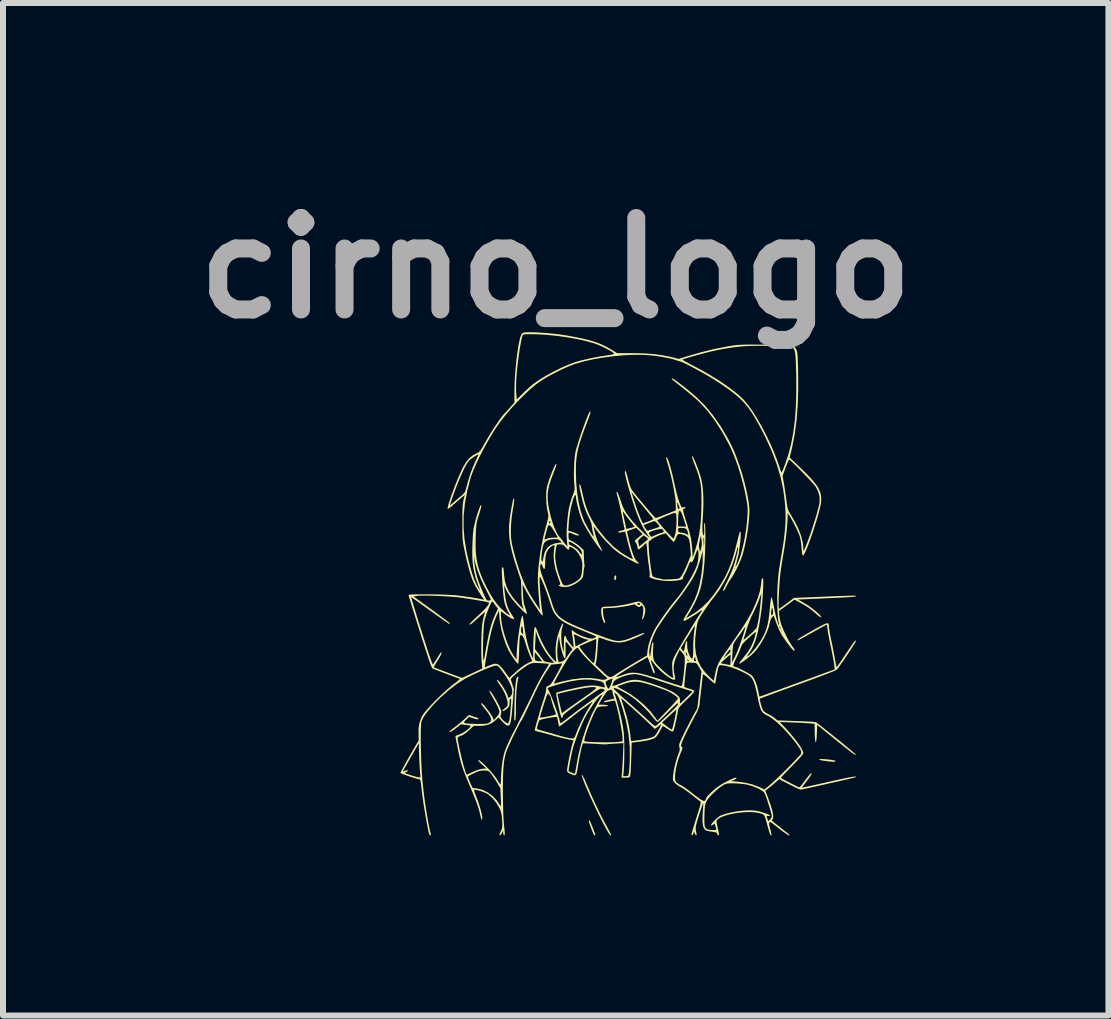
<source format=kicad_pcb>
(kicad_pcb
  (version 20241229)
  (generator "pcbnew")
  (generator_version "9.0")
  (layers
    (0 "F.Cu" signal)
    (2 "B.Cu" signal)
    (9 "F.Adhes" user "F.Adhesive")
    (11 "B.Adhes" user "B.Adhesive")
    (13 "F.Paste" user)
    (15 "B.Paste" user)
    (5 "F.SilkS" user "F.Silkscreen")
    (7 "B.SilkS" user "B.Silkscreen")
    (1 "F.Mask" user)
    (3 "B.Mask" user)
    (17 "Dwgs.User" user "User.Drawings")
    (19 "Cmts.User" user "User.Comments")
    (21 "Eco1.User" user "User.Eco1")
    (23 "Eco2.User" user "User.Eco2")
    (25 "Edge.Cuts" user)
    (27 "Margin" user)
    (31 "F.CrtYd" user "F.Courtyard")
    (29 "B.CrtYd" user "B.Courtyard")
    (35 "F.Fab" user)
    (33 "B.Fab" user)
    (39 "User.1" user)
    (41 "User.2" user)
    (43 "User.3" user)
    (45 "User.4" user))
  (footprint "cirno_logo"
    (layer "F.Cu")
    (at 6.212 6.498)
    (property "Reference" "cirno_logo" (at 0 -5.08 0) (layer "F.Fab") (effects (font (size 1.524 1.524) (thickness 0.3))))
    (attr board_only exclude_from_pos_files exclude_from_bom)
    (fp_poly (pts (xy 1.003 0.045) (xy 1.006 0.049) (xy 1.009 0.069) (xy 1.005 0.096) (xy 0.995 0.118) (xy 0.987 0.125) (xy 0.979 0.114) (xy 0.975 0.088) (xy 0.98 0.058) (xy 0.99 0.042)) (stroke (width 0) (type solid)) (fill yes) (layer "F.SilkS"))
    (fp_poly (pts (xy 0.567 4.131) (xy 0.578 4.151) (xy 0.593 4.187) (xy 0.615 4.241) (xy 0.643 4.315) (xy 0.66 4.359) (xy 0.657 4.373) (xy 0.651 4.375) (xy 0.637 4.365) (xy 0.624 4.341) (xy 0.594 4.264) (xy 0.573 4.208) (xy 0.559 4.169) (xy 0.553 4.145) (xy 0.552 4.131) (xy 0.556 4.126) (xy 0.561 4.125)) (stroke (width 0) (type solid)) (fill yes) (layer "F.SilkS"))
    (fp_poly (pts (xy 4.487 3.105) (xy 4.563 3.112) (xy 4.616 3.12) (xy 4.649 3.127) (xy 4.664 3.135) (xy 4.665 3.139) (xy 4.658 3.145) (xy 4.635 3.148) (xy 4.593 3.146) (xy 4.531 3.14) (xy 4.487 3.134) (xy 4.441 3.127) (xy 4.407 3.119) (xy 4.39 3.111) (xy 4.39 3.109) (xy 4.402 3.103) (xy 4.437 3.102)) (stroke (width 0) (type solid)) (fill yes) (layer "F.SilkS"))
    (fp_poly (pts (xy -0.632 1.727) (xy -0.622 1.74) (xy -0.622 1.743) (xy -0.639 1.834) (xy -0.651 1.926) (xy -0.658 2.024) (xy -0.662 2.137) (xy -0.663 2.22) (xy -0.663 2.302) (xy -0.665 2.37) (xy -0.668 2.422) (xy -0.671 2.453) (xy -0.675 2.462) (xy -0.69 2.454) (xy -0.691 2.453) (xy -0.691 2.438) (xy -0.691 2.402) (xy -0.691 2.349) (xy -0.689 2.281) (xy -0.688 2.202) (xy -0.686 2.15) (xy -0.681 2.02) (xy -0.675 1.914) (xy -0.666 1.831) (xy -0.657 1.772) (xy -0.645 1.737) (xy -0.632 1.727)) (stroke (width 0) (type solid)) (fill yes) (layer "F.SilkS"))
    (fp_poly (pts (xy 0.442 3.368) (xy 0.458 3.395) (xy 0.48 3.44) (xy 0.506 3.499) (xy 0.518 3.528) (xy 0.588 3.691) (xy 0.664 3.858) (xy 0.743 4.021) (xy 0.821 4.17) (xy 0.843 4.211) (xy 0.878 4.274) (xy 0.901 4.319) (xy 0.916 4.348) (xy 0.922 4.364) (xy 0.922 4.372) (xy 0.917 4.375) (xy 0.913 4.375) (xy 0.902 4.365) (xy 0.883 4.338) (xy 0.859 4.299) (xy 0.85 4.284) (xy 0.81 4.21) (xy 0.766 4.126) (xy 0.72 4.035) (xy 0.674 3.941) (xy 0.629 3.845) (xy 0.585 3.75) (xy 0.545 3.66) (xy 0.509 3.577) (xy 0.478 3.503) (xy 0.455 3.442) (xy 0.439 3.396) (xy 0.433 3.368) (xy 0.434 3.361)) (stroke (width 0) (type solid)) (fill yes) (layer "F.SilkS"))
    (fp_poly (pts (xy 1.4 0.48) (xy 1.423 0.492) (xy 1.442 0.51) (xy 1.477 0.555) (xy 1.493 0.602) (xy 1.491 0.657) (xy 1.481 0.699) (xy 1.469 0.736) (xy 1.456 0.763) (xy 1.445 0.777) (xy 1.439 0.774) (xy 1.441 0.752) (xy 1.444 0.741) (xy 1.456 0.674) (xy 1.46 0.617) (xy 1.456 0.575) (xy 1.451 0.563) (xy 1.438 0.544) (xy 1.426 0.546) (xy 1.413 0.557) (xy 1.396 0.569) (xy 1.38 0.569) (xy 1.356 0.554) (xy 1.352 0.551) (xy 1.314 0.524) (xy 1.191 0.551) (xy 1.123 0.563) (xy 1.043 0.574) (xy 0.964 0.582) (xy 0.929 0.584) (xy 0.788 0.591) (xy 0.788 0.65) (xy 0.792 0.7) (xy 0.803 0.751) (xy 0.807 0.762) (xy 0.82 0.804) (xy 0.825 0.827) (xy 0.82 0.837) (xy 0.815 0.838) (xy 0.804 0.827) (xy 0.791 0.8) (xy 0.785 0.784) (xy 0.767 0.724) (xy 0.758 0.664) (xy 0.758 0.614) (xy 0.764 0.592) (xy 0.771 0.577) (xy 0.784 0.568) (xy 0.809 0.564) (xy 0.85 0.562) (xy 0.866 0.562) (xy 0.948 0.558) (xy 1.043 0.547) (xy 1.143 0.531) (xy 1.22 0.514) (xy 1.352 0.514) (xy 1.362 0.524) (xy 1.364 0.525) (xy 1.389 0.537) (xy 1.404 0.529) (xy 1.406 0.526) (xy 1.406 0.511) (xy 1.389 0.503) (xy 1.366 0.506) (xy 1.352 0.514) (xy 1.22 0.514) (xy 1.235 0.511) (xy 1.277 0.5) (xy 1.334 0.484) (xy 1.373 0.477)) (stroke (width 0) (type solid)) (fill yes) (layer "F.SilkS"))
    (fp_poly (pts (xy -0.332 -4.009) (xy -0.235 -4.003) (xy -0.131 -3.995) (xy -0.026 -3.985) (xy 0.074 -3.973) (xy 0.164 -3.96) (xy 0.188 -3.956) (xy 0.335 -3.929) (xy 0.462 -3.902) (xy 0.571 -3.875) (xy 0.666 -3.846) (xy 0.75 -3.814) (xy 0.829 -3.777) (xy 0.904 -3.736) (xy 0.933 -3.718) (xy 1.023 -3.663) (xy 1.273 -3.663) (xy 1.458 -3.659) (xy 1.624 -3.648) (xy 1.774 -3.628) (xy 1.912 -3.601) (xy 1.937 -3.595) (xy 2.052 -3.566) (xy 2.186 -3.609) (xy 2.403 -3.672) (xy 2.628 -3.728) (xy 2.849 -3.772) (xy 2.85 -3.772) (xy 2.905 -3.782) (xy 2.952 -3.789) (xy 2.995 -3.795) (xy 3.04 -3.799) (xy 3.088 -3.802) (xy 3.144 -3.804) (xy 3.213 -3.805) (xy 3.296 -3.805) (xy 3.399 -3.805) (xy 3.464 -3.805) (xy 3.589 -3.804) (xy 3.692 -3.803) (xy 3.775 -3.801) (xy 3.84 -3.798) (xy 3.89 -3.793) (xy 3.928 -3.786) (xy 3.955 -3.777) (xy 3.975 -3.765) (xy 3.991 -3.75) (xy 4.003 -3.732) (xy 4.007 -3.726) (xy 4.015 -3.71) (xy 4.021 -3.692) (xy 4.026 -3.667) (xy 4.03 -3.633) (xy 4.033 -3.586) (xy 4.035 -3.523) (xy 4.038 -3.441) (xy 4.04 -3.37) (xy 4.042 -3.073) (xy 4.033 -2.799) (xy 4.014 -2.545) (xy 3.983 -2.31) (xy 3.941 -2.094) (xy 3.925 -2.027) (xy 3.899 -1.923) (xy 4.081 -1.749) (xy 4.176 -1.656) (xy 4.253 -1.576) (xy 4.313 -1.506) (xy 4.359 -1.444) (xy 4.391 -1.387) (xy 4.412 -1.332) (xy 4.423 -1.276) (xy 4.425 -1.218) (xy 4.424 -1.189) (xy 4.418 -1.145) (xy 4.405 -1.085) (xy 4.386 -1.012) (xy 4.364 -0.93) (xy 4.337 -0.842) (xy 4.308 -0.75) (xy 4.278 -0.659) (xy 4.247 -0.571) (xy 4.218 -0.49) (xy 4.19 -0.418) (xy 4.165 -0.359) (xy 4.143 -0.316) (xy 4.127 -0.291) (xy 4.121 -0.287) (xy 4.112 -0.299) (xy 4.105 -0.335) (xy 4.099 -0.395) (xy 4.097 -0.418) (xy 4.09 -0.489) (xy 4.08 -0.556) (xy 4.067 -0.609) (xy 4.064 -0.619) (xy 4.047 -0.662) (xy 4.022 -0.717) (xy 3.992 -0.779) (xy 3.959 -0.842) (xy 3.928 -0.899) (xy 3.902 -0.944) (xy 3.888 -0.964) (xy 3.865 -0.994) (xy 3.865 -0.922) (xy 3.862 -0.859) (xy 3.856 -0.778) (xy 3.847 -0.684) (xy 3.835 -0.583) (xy 3.821 -0.48) (xy 3.806 -0.382) (xy 3.795 -0.318) (xy 3.781 -0.237) (xy 3.767 -0.148) (xy 3.754 -0.062) (xy 3.745 0.006) (xy 3.739 0.062) (xy 3.733 0.13) (xy 3.728 0.204) (xy 3.723 0.282) (xy 3.719 0.36) (xy 3.716 0.433) (xy 3.715 0.497) (xy 3.715 0.549) (xy 3.716 0.585) (xy 3.719 0.6) (xy 3.719 0.6) (xy 3.732 0.593) (xy 3.761 0.574) (xy 3.801 0.545) (xy 3.848 0.51) (xy 3.849 0.509) (xy 3.971 0.417) (xy 4.482 0.396) (xy 4.593 0.391) (xy 4.695 0.387) (xy 4.787 0.384) (xy 4.866 0.382) (xy 4.929 0.38) (xy 4.974 0.38) (xy 4.997 0.38) (xy 5 0.381) (xy 5 0.394) (xy 4.999 0.395) (xy 4.985 0.397) (xy 4.949 0.4) (xy 4.894 0.404) (xy 4.822 0.408) (xy 4.735 0.413) (xy 4.638 0.418) (xy 4.532 0.422) (xy 4.513 0.423) (xy 4.035 0.444) (xy 4.103 0.48) (xy 4.212 0.545) (xy 4.31 0.619) (xy 4.351 0.654) (xy 4.393 0.693) (xy 4.417 0.718) (xy 4.425 0.732) (xy 4.42 0.737) (xy 4.414 0.738) (xy 4.398 0.73) (xy 4.37 0.709) (xy 4.335 0.679) (xy 4.331 0.675) (xy 4.269 0.622) (xy 4.209 0.577) (xy 4.141 0.534) (xy 4.068 0.494) (xy 3.979 0.446) (xy 3.859 0.535) (xy 3.812 0.57) (xy 3.771 0.599) (xy 3.742 0.618) (xy 3.729 0.625) (xy 3.723 0.636) (xy 3.722 0.667) (xy 3.727 0.713) (xy 3.736 0.768) (xy 3.747 0.819) (xy 3.763 0.872) (xy 3.79 0.938) (xy 3.824 1.013) (xy 3.861 1.087) (xy 3.899 1.156) (xy 3.934 1.211) (xy 3.947 1.228) (xy 3.972 1.265) (xy 3.984 1.289) (xy 3.982 1.3) (xy 3.965 1.294) (xy 3.965 1.294) (xy 3.947 1.277) (xy 3.918 1.244) (xy 3.884 1.2) (xy 3.846 1.15) (xy 3.81 1.099) (xy 3.778 1.052) (xy 3.756 1.015) (xy 3.738 0.981) (xy 3.764 0.981) (xy 3.771 0.988) (xy 3.777 0.981) (xy 3.771 0.975) (xy 3.764 0.981) (xy 3.738 0.981) (xy 3.731 0.966) (xy 3.726 0.956) (xy 3.752 0.956) (xy 3.758 0.963) (xy 3.764 0.956) (xy 3.758 0.95) (xy 3.752 0.956) (xy 3.726 0.956) (xy 3.703 0.904) (xy 3.7 0.896) (xy 3.728 0.896) (xy 3.735 0.918) (xy 3.744 0.933) (xy 3.748 0.933) (xy 3.748 0.919) (xy 3.741 0.904) (xy 3.73 0.889) (xy 3.728 0.896) (xy 3.7 0.896) (xy 3.678 0.841) (xy 3.672 0.824) (xy 3.632 0.712) (xy 3.605 0.74) (xy 3.587 0.771) (xy 3.573 0.812) (xy 3.57 0.825) (xy 3.55 0.905) (xy 3.515 0.996) (xy 3.469 1.091) (xy 3.414 1.185) (xy 3.355 1.27) (xy 3.304 1.329) (xy 3.272 1.36) (xy 3.231 1.395) (xy 3.187 1.43) (xy 3.144 1.463) (xy 3.105 1.49) (xy 3.075 1.508) (xy 3.059 1.514) (xy 3.058 1.513) (xy 3.062 1.499) (xy 3.08 1.472) (xy 3.108 1.437) (xy 3.114 1.43) (xy 3.198 1.323) (xy 3.262 1.218) (xy 3.307 1.108) (xy 3.333 1.014) (xy 3.336 0.997) (xy 3.334 0.988) (xy 3.326 0.99) (xy 3.307 1.004) (xy 3.275 1.031) (xy 3.227 1.073) (xy 3.224 1.076) (xy 3.172 1.123) (xy 3.136 1.159) (xy 3.112 1.189) (xy 3.096 1.216) (xy 3.085 1.244) (xy 3.07 1.284) (xy 3.048 1.337) (xy 3.022 1.394) (xy 3.008 1.423) (xy 2.98 1.482) (xy 2.965 1.523) (xy 2.96 1.547) (xy 2.967 1.56) (xy 2.98 1.563) (xy 3.002 1.569) (xy 3.04 1.584) (xy 3.087 1.607) (xy 3.139 1.633) (xy 3.19 1.661) (xy 3.233 1.686) (xy 3.264 1.706) (xy 3.273 1.714) (xy 3.304 1.76) (xy 3.334 1.823) (xy 3.359 1.897) (xy 3.376 1.972) (xy 3.384 2.016) (xy 3.391 2.048) (xy 3.396 2.062) (xy 3.397 2.062) (xy 3.41 2.058) (xy 3.443 2.047) (xy 3.495 2.028) (xy 3.562 2.004) (xy 3.642 1.975) (xy 3.732 1.943) (xy 3.83 1.907) (xy 3.932 1.87) (xy 4.037 1.832) (xy 4.142 1.794) (xy 4.244 1.757) (xy 4.34 1.722) (xy 4.427 1.69) (xy 4.504 1.661) (xy 4.567 1.638) (xy 4.614 1.621) (xy 4.642 1.61) (xy 4.649 1.607) (xy 4.649 1.593) (xy 4.645 1.559) (xy 4.638 1.508) (xy 4.627 1.446) (xy 4.614 1.376) (xy 4.6 1.302) (xy 4.585 1.23) (xy 4.576 1.188) (xy 4.561 1.118) (xy 4.548 1.049) (xy 4.537 0.988) (xy 4.531 0.944) (xy 4.531 0.941) (xy 4.526 0.9) (xy 4.521 0.872) (xy 4.517 0.863) (xy 4.505 0.868) (xy 4.474 0.885) (xy 4.428 0.91) (xy 4.37 0.942) (xy 4.303 0.979) (xy 4.277 0.994) (xy 4.208 1.032) (xy 4.146 1.067) (xy 4.095 1.095) (xy 4.058 1.114) (xy 4.038 1.124) (xy 4.035 1.125) (xy 4.026 1.122) (xy 4.032 1.112) (xy 4.054 1.094) (xy 4.095 1.068) (xy 4.155 1.032) (xy 4.235 0.986) (xy 4.278 0.962) (xy 4.362 0.915) (xy 4.427 0.88) (xy 4.475 0.856) (xy 4.509 0.842) (xy 4.531 0.839) (xy 4.544 0.844) (xy 4.55 0.858) (xy 4.552 0.88) (xy 4.552 0.894) (xy 4.555 0.919) (xy 4.562 0.964) (xy 4.572 1.021) (xy 4.585 1.087) (xy 4.59 1.113) (xy 4.607 1.192) (xy 4.624 1.277) (xy 4.639 1.358) (xy 4.652 1.425) (xy 4.652 1.43) (xy 4.663 1.485) (xy 4.671 1.53) (xy 4.678 1.561) (xy 4.681 1.571) (xy 4.689 1.562) (xy 4.709 1.536) (xy 4.738 1.494) (xy 4.775 1.44) (xy 4.817 1.377) (xy 4.835 1.35) (xy 4.888 1.271) (xy 4.929 1.211) (xy 4.959 1.168) (xy 4.98 1.141) (xy 4.994 1.128) (xy 5.001 1.128) (xy 5.002 1.137) (xy 4.996 1.152) (xy 4.978 1.183) (xy 4.95 1.227) (xy 4.916 1.28) (xy 4.877 1.339) (xy 4.836 1.4) (xy 4.795 1.46) (xy 4.757 1.515) (xy 4.724 1.562) (xy 4.698 1.597) (xy 4.681 1.616) (xy 4.677 1.619) (xy 4.664 1.621) (xy 4.663 1.624) (xy 4.651 1.631) (xy 4.617 1.645) (xy 4.564 1.666) (xy 4.494 1.693) (xy 4.41 1.725) (xy 4.313 1.761) (xy 4.205 1.801) (xy 4.089 1.843) (xy 4.033 1.863) (xy 3.914 1.907) (xy 3.802 1.947) (xy 3.7 1.985) (xy 3.609 2.018) (xy 3.532 2.047) (xy 3.471 2.069) (xy 3.428 2.086) (xy 3.405 2.095) (xy 3.402 2.096) (xy 3.402 2.111) (xy 3.407 2.142) (xy 3.418 2.182) (xy 3.43 2.225) (xy 3.443 2.264) (xy 3.455 2.291) (xy 3.457 2.295) (xy 3.478 2.314) (xy 3.513 2.338) (xy 3.543 2.354) (xy 3.589 2.378) (xy 3.633 2.407) (xy 3.654 2.423) (xy 3.696 2.459) (xy 4.002 2.469) (xy 4.088 2.472) (xy 4.167 2.475) (xy 4.235 2.479) (xy 4.288 2.482) (xy 4.322 2.486) (xy 4.333 2.488) (xy 4.349 2.498) (xy 4.38 2.521) (xy 4.425 2.556) (xy 4.48 2.599) (xy 4.543 2.649) (xy 4.612 2.704) (xy 4.682 2.76) (xy 4.752 2.816) (xy 4.818 2.871) (xy 4.878 2.92) (xy 4.929 2.963) (xy 4.968 2.996) (xy 4.993 3.018) (xy 5 3.026) (xy 5.001 3.034) (xy 4.995 3.035) (xy 4.98 3.027) (xy 4.954 3.01) (xy 4.916 2.982) (xy 4.864 2.941) (xy 4.797 2.888) (xy 4.712 2.82) (xy 4.67 2.786) (xy 4.358 2.534) (xy 4.352 2.683) (xy 4.348 2.755) (xy 4.342 2.802) (xy 4.337 2.824) (xy 4.33 2.823) (xy 4.325 2.797) (xy 4.32 2.747) (xy 4.317 2.673) (xy 4.317 2.67) (xy 4.314 2.515) (xy 4.224 2.508) (xy 4.178 2.505) (xy 4.115 2.501) (xy 4.042 2.497) (xy 3.964 2.494) (xy 3.934 2.493) (xy 3.734 2.485) (xy 3.826 2.583) (xy 3.904 2.669) (xy 3.973 2.752) (xy 4.031 2.827) (xy 4.077 2.894) (xy 4.109 2.95) (xy 4.125 2.992) (xy 4.127 3.005) (xy 4.118 3.022) (xy 4.093 3.055) (xy 4.052 3.101) (xy 3.998 3.158) (xy 3.937 3.221) (xy 3.882 3.277) (xy 3.833 3.327) (xy 3.794 3.369) (xy 3.766 3.399) (xy 3.753 3.415) (xy 3.753 3.417) (xy 3.767 3.427) (xy 3.798 3.444) (xy 3.841 3.467) (xy 3.891 3.492) (xy 3.942 3.519) (xy 3.989 3.542) (xy 4.028 3.561) (xy 4.053 3.572) (xy 4.059 3.575) (xy 4.071 3.565) (xy 4.094 3.539) (xy 4.124 3.501) (xy 4.158 3.456) (xy 4.193 3.41) (xy 4.223 3.372) (xy 4.245 3.347) (xy 4.255 3.338) (xy 4.264 3.343) (xy 4.26 3.36) (xy 4.24 3.392) (xy 4.206 3.441) (xy 4.183 3.47) (xy 4.15 3.514) (xy 4.123 3.549) (xy 4.106 3.572) (xy 4.102 3.579) (xy 4.114 3.577) (xy 4.147 3.571) (xy 4.2 3.56) (xy 4.268 3.545) (xy 4.351 3.527) (xy 4.444 3.506) (xy 4.545 3.483) (xy 4.546 3.483) (xy 4.671 3.455) (xy 4.773 3.433) (xy 4.854 3.416) (xy 4.916 3.404) (xy 4.961 3.397) (xy 4.989 3.395) (xy 5.003 3.396) (xy 5.004 3.402) (xy 5.001 3.405) (xy 4.988 3.409) (xy 4.954 3.418) (xy 4.902 3.43) (xy 4.835 3.446) (xy 4.757 3.464) (xy 4.671 3.484) (xy 4.58 3.504) (xy 4.488 3.525) (xy 4.398 3.545) (xy 4.313 3.564) (xy 4.236 3.581) (xy 4.172 3.595) (xy 4.122 3.605) (xy 4.09 3.611) (xy 4.081 3.612) (xy 4.063 3.607) (xy 4.028 3.592) (xy 3.979 3.569) (xy 3.922 3.54) (xy 3.892 3.525) (xy 3.724 3.438) (xy 3.665 3.491) (xy 3.622 3.529) (xy 3.575 3.567) (xy 3.55 3.587) (xy 3.494 3.629) (xy 3.537 3.743) (xy 3.577 3.853) (xy 3.605 3.943) (xy 3.621 4.013) (xy 3.626 4.065) (xy 3.619 4.099) (xy 3.612 4.11) (xy 3.605 4.116) (xy 3.603 4.122) (xy 3.606 4.13) (xy 3.617 4.142) (xy 3.64 4.161) (xy 3.676 4.19) (xy 3.728 4.231) (xy 3.752 4.25) (xy 3.811 4.296) (xy 3.853 4.33) (xy 3.88 4.352) (xy 3.895 4.365) (xy 3.899 4.372) (xy 3.896 4.375) (xy 3.887 4.375) (xy 3.886 4.375) (xy 3.869 4.368) (xy 3.837 4.347) (xy 3.794 4.317) (xy 3.745 4.28) (xy 3.737 4.273) (xy 3.687 4.234) (xy 3.644 4.2) (xy 3.611 4.174) (xy 3.593 4.16) (xy 3.592 4.159) (xy 3.571 4.154) (xy 3.562 4.16) (xy 3.556 4.175) (xy 3.559 4.204) (xy 3.57 4.251) (xy 3.575 4.27) (xy 3.59 4.326) (xy 3.596 4.362) (xy 3.592 4.377) (xy 3.579 4.369) (xy 3.578 4.368) (xy 3.571 4.352) (xy 3.559 4.317) (xy 3.545 4.269) (xy 3.534 4.231) (xy 3.514 4.157) (xy 3.499 4.104) (xy 3.487 4.067) (xy 3.475 4.043) (xy 3.461 4.028) (xy 3.443 4.019) (xy 3.42 4.011) (xy 3.398 4.005) (xy 3.33 3.992) (xy 3.249 3.986) (xy 3.158 3.988) (xy 3.064 3.996) (xy 2.971 4.01) (xy 2.883 4.029) (xy 2.806 4.052) (xy 2.743 4.078) (xy 2.699 4.108) (xy 2.695 4.113) (xy 2.685 4.125) (xy 2.681 4.14) (xy 2.682 4.163) (xy 2.689 4.199) (xy 2.7 4.251) (xy 2.711 4.301) (xy 2.719 4.342) (xy 2.722 4.367) (xy 2.721 4.372) (xy 2.707 4.372) (xy 2.693 4.359) (xy 2.689 4.344) (xy 2.686 4.335) (xy 2.676 4.328) (xy 2.653 4.322) (xy 2.613 4.315) (xy 2.558 4.307) (xy 2.516 4.297) (xy 2.485 4.276) (xy 2.463 4.243) (xy 2.451 4.195) (xy 2.446 4.128) (xy 2.446 4.112) (xy 2.477 4.112) (xy 2.478 4.172) (xy 2.483 4.215) (xy 2.492 4.243) (xy 2.507 4.262) (xy 2.528 4.274) (xy 2.53 4.275) (xy 2.557 4.281) (xy 2.593 4.285) (xy 2.63 4.287) (xy 2.66 4.285) (xy 2.676 4.28) (xy 2.676 4.278) (xy 2.673 4.261) (xy 2.665 4.23) (xy 2.663 4.221) (xy 2.653 4.191) (xy 2.645 4.182) (xy 2.632 4.189) (xy 2.628 4.193) (xy 2.603 4.21) (xy 2.59 4.208) (xy 2.589 4.202) (xy 2.598 4.183) (xy 2.621 4.154) (xy 2.653 4.12) (xy 2.689 4.087) (xy 2.723 4.06) (xy 2.742 4.048) (xy 2.798 4.026) (xy 2.873 4.004) (xy 2.959 3.985) (xy 3.05 3.97) (xy 3.138 3.961) (xy 3.202 3.958) (xy 3.269 3.958) (xy 3.323 3.962) (xy 3.374 3.971) (xy 3.433 3.987) (xy 3.455 3.994) (xy 3.505 4.01) (xy 3.544 4.026) (xy 3.568 4.038) (xy 3.572 4.044) (xy 3.558 4.052) (xy 3.541 4.052) (xy 3.522 4.05) (xy 3.516 4.056) (xy 3.52 4.075) (xy 3.528 4.099) (xy 3.542 4.139) (xy 3.572 4.111) (xy 3.593 4.082) (xy 3.602 4.054) (xy 3.598 4.03) (xy 3.587 3.989) (xy 3.572 3.936) (xy 3.553 3.875) (xy 3.533 3.813) (xy 3.514 3.755) (xy 3.496 3.707) (xy 3.482 3.674) (xy 3.481 3.671) (xy 3.456 3.643) (xy 3.412 3.614) (xy 3.354 3.584) (xy 3.286 3.557) (xy 3.214 3.536) (xy 3.189 3.529) (xy 3.132 3.52) (xy 3.063 3.513) (xy 2.993 3.508) (xy 2.97 3.508) (xy 2.911 3.508) (xy 2.871 3.51) (xy 2.84 3.515) (xy 2.814 3.526) (xy 2.785 3.542) (xy 2.734 3.577) (xy 2.677 3.624) (xy 2.619 3.678) (xy 2.568 3.732) (xy 2.529 3.78) (xy 2.519 3.797) (xy 2.505 3.822) (xy 2.496 3.846) (xy 2.489 3.874) (xy 2.485 3.912) (xy 2.481 3.964) (xy 2.479 4.031) (xy 2.477 4.112) (xy 2.446 4.112) (xy 2.448 4.041) (xy 2.45 3.999) (xy 2.454 3.94) (xy 2.457 3.89) (xy 2.458 3.855) (xy 2.457 3.84) (xy 2.457 3.839) (xy 2.452 3.849) (xy 2.441 3.879) (xy 2.425 3.925) (xy 2.406 3.984) (xy 2.388 4.038) (xy 2.364 4.115) (xy 2.348 4.173) (xy 2.337 4.216) (xy 2.333 4.251) (xy 2.334 4.282) (xy 2.339 4.313) (xy 2.346 4.342) (xy 2.348 4.368) (xy 2.339 4.374) (xy 2.326 4.362) (xy 2.316 4.341) (xy 2.304 4.306) (xy 2.295 4.341) (xy 2.284 4.366) (xy 2.272 4.375) (xy 2.264 4.364) (xy 2.264 4.354) (xy 2.267 4.337) (xy 2.278 4.299) (xy 2.294 4.245) (xy 2.314 4.179) (xy 2.337 4.105) (xy 2.346 4.077) (xy 2.374 3.989) (xy 2.394 3.922) (xy 2.408 3.873) (xy 2.415 3.84) (xy 2.416 3.821) (xy 2.412 3.812) (xy 2.412 3.811) (xy 2.396 3.8) (xy 2.365 3.777) (xy 2.324 3.744) (xy 2.275 3.705) (xy 2.27 3.701) (xy 2.216 3.659) (xy 2.162 3.62) (xy 2.114 3.588) (xy 2.08 3.569) (xy 2.037 3.544) (xy 1.998 3.513) (xy 1.982 3.497) (xy 1.964 3.474) (xy 1.954 3.452) (xy 1.952 3.423) (xy 1.954 3.398) (xy 1.988 3.398) (xy 1.99 3.441) (xy 1.995 3.469) (xy 2.008 3.488) (xy 2.023 3.5) (xy 2.059 3.525) (xy 2.095 3.543) (xy 2.119 3.557) (xy 2.158 3.583) (xy 2.205 3.617) (xy 2.249 3.651) (xy 2.323 3.709) (xy 2.381 3.752) (xy 2.424 3.781) (xy 2.455 3.797) (xy 2.476 3.801) (xy 2.49 3.794) (xy 2.5 3.777) (xy 2.506 3.757) (xy 2.521 3.731) (xy 2.552 3.696) (xy 2.595 3.654) (xy 2.646 3.609) (xy 2.701 3.566) (xy 2.751 3.532) (xy 2.796 3.505) (xy 2.847 3.478) (xy 2.9 3.452) (xy 2.948 3.43) (xy 2.984 3.416) (xy 3.002 3.413) (xy 3.015 3.417) (xy 3.009 3.429) (xy 2.987 3.444) (xy 2.969 3.453) (xy 2.923 3.471) (xy 3.029 3.479) (xy 3.156 3.496) (xy 3.28 3.526) (xy 3.39 3.568) (xy 3.4 3.572) (xy 3.478 3.609) (xy 3.555 3.547) (xy 3.587 3.52) (xy 3.631 3.48) (xy 3.683 3.431) (xy 3.741 3.375) (xy 3.802 3.315) (xy 3.864 3.254) (xy 3.923 3.195) (xy 3.977 3.139) (xy 4.023 3.09) (xy 4.059 3.051) (xy 4.083 3.024) (xy 4.09 3.013) (xy 4.091 2.989) (xy 4.087 2.966) (xy 4.074 2.939) (xy 4.051 2.903) (xy 4.016 2.853) (xy 3.993 2.822) (xy 3.927 2.74) (xy 3.856 2.659) (xy 3.783 2.581) (xy 3.711 2.512) (xy 3.643 2.454) (xy 3.584 2.41) (xy 3.547 2.388) (xy 3.504 2.367) (xy 3.47 2.346) (xy 3.445 2.322) (xy 3.425 2.292) (xy 3.408 2.251) (xy 3.393 2.196) (xy 3.376 2.123) (xy 3.364 2.06) (xy 3.34 1.953) (xy 3.318 1.868) (xy 3.294 1.803) (xy 3.269 1.756) (xy 3.241 1.724) (xy 3.231 1.716) (xy 3.169 1.678) (xy 3.091 1.64) (xy 3.006 1.603) (xy 2.92 1.573) (xy 2.841 1.551) (xy 2.79 1.542) (xy 2.752 1.538) (xy 2.732 1.541) (xy 2.72 1.553) (xy 2.713 1.57) (xy 2.705 1.598) (xy 2.695 1.644) (xy 2.684 1.698) (xy 2.679 1.725) (xy 2.671 1.776) (xy 2.663 1.818) (xy 2.657 1.843) (xy 2.656 1.849) (xy 2.645 1.843) (xy 2.621 1.824) (xy 2.585 1.794) (xy 2.551 1.763) (xy 2.503 1.721) (xy 2.47 1.697) (xy 2.454 1.69) (xy 2.451 1.694) (xy 2.45 1.714) (xy 2.446 1.753) (xy 2.44 1.808) (xy 2.433 1.874) (xy 2.426 1.93) (xy 2.418 2.005) (xy 2.41 2.075) (xy 2.403 2.136) (xy 2.398 2.181) (xy 2.397 2.2) (xy 2.383 2.254) (xy 2.352 2.325) (xy 2.332 2.362) (xy 2.305 2.412) (xy 2.271 2.477) (xy 2.233 2.551) (xy 2.195 2.625) (xy 2.181 2.655) (xy 2.139 2.741) (xy 2.11 2.808) (xy 2.093 2.856) (xy 2.089 2.886) (xy 2.096 2.899) (xy 2.101 2.9) (xy 2.112 2.906) (xy 2.111 2.927) (xy 2.099 2.964) (xy 2.078 3.014) (xy 2.05 3.087) (xy 2.025 3.171) (xy 2.005 3.259) (xy 1.992 3.34) (xy 1.988 3.398) (xy 1.954 3.398) (xy 1.955 3.379) (xy 1.956 3.375) (xy 1.966 3.307) (xy 1.982 3.227) (xy 2.003 3.145) (xy 2.025 3.07) (xy 2.048 3.01) (xy 2.048 3.009) (xy 2.064 2.966) (xy 2.068 2.936) (xy 2.063 2.917) (xy 2.057 2.88) (xy 2.059 2.852) (xy 2.068 2.829) (xy 2.086 2.787) (xy 2.112 2.732) (xy 2.143 2.667) (xy 2.178 2.597) (xy 2.215 2.525) (xy 2.25 2.455) (xy 2.284 2.393) (xy 2.307 2.35) (xy 2.36 2.256) (xy 2.429 1.644) (xy 2.389 1.572) (xy 2.366 1.532) (xy 2.348 1.511) (xy 2.329 1.501) (xy 2.31 1.499) (xy 2.266 1.498) (xy 2.229 1.496) (xy 2.198 1.498) (xy 2.185 1.511) (xy 2.182 1.519) (xy 2.177 1.55) (xy 2.171 1.597) (xy 2.164 1.653) (xy 2.158 1.714) (xy 2.152 1.774) (xy 2.147 1.827) (xy 2.144 1.869) (xy 2.144 1.894) (xy 2.144 1.899) (xy 2.159 1.907) (xy 2.19 1.92) (xy 2.232 1.932) (xy 2.277 1.947) (xy 2.301 1.96) (xy 2.309 1.973) (xy 2.309 1.977) (xy 2.299 1.993) (xy 2.274 2.022) (xy 2.238 2.061) (xy 2.192 2.105) (xy 2.175 2.121) (xy 2.128 2.167) (xy 2.089 2.207) (xy 2.06 2.24) (xy 2.045 2.261) (xy 2.043 2.265) (xy 2.04 2.285) (xy 2.033 2.324) (xy 2.023 2.377) (xy 2.011 2.44) (xy 2.006 2.462) (xy 1.988 2.542) (xy 1.973 2.599) (xy 1.96 2.634) (xy 1.952 2.644) (xy 1.934 2.641) (xy 1.902 2.625) (xy 1.864 2.601) (xy 1.861 2.599) (xy 1.824 2.574) (xy 1.797 2.558) (xy 1.784 2.552) (xy 1.783 2.552) (xy 1.776 2.564) (xy 1.761 2.593) (xy 1.74 2.631) (xy 1.739 2.633) (xy 1.714 2.677) (xy 1.688 2.715) (xy 1.669 2.738) (xy 1.633 2.761) (xy 1.577 2.781) (xy 1.5 2.798) (xy 1.399 2.813) (xy 1.387 2.815) (xy 1.266 2.829) (xy 1.259 3.08) (xy 1.256 3.16) (xy 1.253 3.233) (xy 1.25 3.296) (xy 1.246 3.343) (xy 1.243 3.37) (xy 1.243 3.372) (xy 1.237 3.395) (xy 1.227 3.407) (xy 1.206 3.412) (xy 1.166 3.412) (xy 1.166 3.413) (xy 1.097 3.413) (xy 1.105 3.322) (xy 1.108 3.276) (xy 1.112 3.213) (xy 1.116 3.139) (xy 1.12 3.062) (xy 1.121 3.034) (xy 1.129 2.837) (xy 0.999 2.845) (xy 0.943 2.848) (xy 0.896 2.852) (xy 0.864 2.855) (xy 0.853 2.857) (xy 0.835 2.858) (xy 0.797 2.857) (xy 0.744 2.855) (xy 0.681 2.851) (xy 0.648 2.849) (xy 0.582 2.845) (xy 0.526 2.842) (xy 0.483 2.841) (xy 0.458 2.841) (xy 0.454 2.842) (xy 0.446 2.86) (xy 0.435 2.898) (xy 0.422 2.952) (xy 0.408 3.018) (xy 0.393 3.09) (xy 0.38 3.166) (xy 0.374 3.203) (xy 0.362 3.275) (xy 0.352 3.326) (xy 0.342 3.357) (xy 0.328 3.372) (xy 0.308 3.373) (xy 0.28 3.364) (xy 0.245 3.349) (xy 0.205 3.327) (xy 0.188 3.305) (xy 0.188 3.302) (xy 0.214 3.302) (xy 0.215 3.305) (xy 0.235 3.315) (xy 0.264 3.328) (xy 0.293 3.341) (xy 0.312 3.349) (xy 0.314 3.349) (xy 0.321 3.339) (xy 0.328 3.311) (xy 0.331 3.291) (xy 0.376 3.042) (xy 0.436 2.802) (xy 0.436 2.801) (xy 0.476 2.801) (xy 0.479 2.806) (xy 0.506 2.811) (xy 0.553 2.816) (xy 0.615 2.819) (xy 0.688 2.822) (xy 0.766 2.823) (xy 0.845 2.824) (xy 0.919 2.823) (xy 0.983 2.821) (xy 1.034 2.817) (xy 1.036 2.817) (xy 1.113 2.809) (xy 1.113 2.758) (xy 1.111 2.717) (xy 1.103 2.66) (xy 1.093 2.591) (xy 1.079 2.515) (xy 1.064 2.436) (xy 1.048 2.357) (xy 1.031 2.284) (xy 1.015 2.22) (xy 1.001 2.17) (xy 0.99 2.138) (xy 0.984 2.13) (xy 0.97 2.129) (xy 0.938 2.134) (xy 0.896 2.143) (xy 0.894 2.143) (xy 0.844 2.153) (xy 0.811 2.156) (xy 0.798 2.152) (xy 0.807 2.141) (xy 0.812 2.138) (xy 0.833 2.13) (xy 0.869 2.12) (xy 0.902 2.112) (xy 0.941 2.104) (xy 0.967 2.098) (xy 0.975 2.095) (xy 0.972 2.084) (xy 0.964 2.055) (xy 0.957 2.034) (xy 0.948 2) (xy 0.948 1.997) (xy 0.979 1.997) (xy 0.979 2.002) (xy 0.998 2.061) (xy 1.02 2.137) (xy 1.043 2.224) (xy 1.066 2.315) (xy 1.087 2.403) (xy 1.104 2.482) (xy 1.115 2.538) (xy 1.126 2.605) (xy 1.134 2.669) (xy 1.139 2.737) (xy 1.142 2.816) (xy 1.143 2.911) (xy 1.144 2.944) (xy 1.143 3.028) (xy 1.142 3.111) (xy 1.14 3.186) (xy 1.137 3.249) (xy 1.134 3.291) (xy 1.125 3.388) (xy 1.167 3.388) (xy 1.196 3.385) (xy 1.21 3.373) (xy 1.217 3.345) (xy 1.218 3.341) (xy 1.222 3.311) (xy 1.226 3.262) (xy 1.23 3.201) (xy 1.233 3.134) (xy 1.234 3.125) (xy 1.234 2.902) (xy 1.212 2.68) (xy 1.168 2.453) (xy 1.105 2.231) (xy 1.079 2.155) (xy 1.058 2.099) (xy 1.055 2.092) (xy 1.092 2.092) (xy 1.094 2.104) (xy 1.103 2.136) (xy 1.118 2.182) (xy 1.136 2.238) (xy 1.138 2.245) (xy 1.185 2.401) (xy 1.221 2.557) (xy 1.244 2.704) (xy 1.245 2.717) (xy 1.254 2.803) (xy 1.33 2.795) (xy 1.382 2.788) (xy 1.445 2.778) (xy 1.505 2.767) (xy 1.507 2.767) (xy 1.559 2.755) (xy 1.605 2.74) (xy 1.636 2.726) (xy 1.64 2.724) (xy 1.658 2.706) (xy 1.68 2.675) (xy 1.704 2.637) (xy 1.726 2.598) (xy 1.744 2.563) (xy 1.754 2.537) (xy 1.753 2.525) (xy 1.752 2.525) (xy 1.735 2.534) (xy 1.732 2.537) (xy 1.718 2.552) (xy 1.692 2.572) (xy 1.688 2.575) (xy 1.651 2.601) (xy 1.548 2.503) (xy 1.496 2.454) (xy 1.439 2.4) (xy 1.378 2.344) (xy 1.316 2.288) (xy 1.257 2.234) (xy 1.203 2.186) (xy 1.156 2.145) (xy 1.121 2.114) (xy 1.098 2.096) (xy 1.092 2.092) (xy 1.055 2.092) (xy 1.039 2.059) (xy 1.021 2.031) (xy 1.01 2.019) (xy 0.988 2) (xy 0.979 1.997) (xy 0.948 1.997) (xy 0.945 1.979) (xy 0.946 1.975) (xy 0.946 1.967) (xy 0.938 1.956) (xy 0.919 1.944) (xy 0.908 1.949) (xy 0.885 1.961) (xy 0.875 1.962) (xy 0.858 1.973) (xy 0.832 2.005) (xy 0.799 2.054) (xy 0.784 2.078) (xy 0.715 2.194) (xy 0.795 2.197) (xy 0.845 2.202) (xy 0.87 2.209) (xy 0.871 2.216) (xy 0.848 2.222) (xy 0.8 2.225) (xy 0.797 2.225) (xy 0.751 2.227) (xy 0.714 2.234) (xy 0.697 2.241) (xy 0.681 2.26) (xy 0.66 2.298) (xy 0.634 2.35) (xy 0.607 2.411) (xy 0.579 2.479) (xy 0.551 2.549) (xy 0.526 2.618) (xy 0.504 2.681) (xy 0.488 2.735) (xy 0.478 2.777) (xy 0.476 2.801) (xy 0.436 2.801) (xy 0.51 2.576) (xy 0.597 2.365) (xy 0.697 2.173) (xy 0.704 2.16) (xy 0.733 2.111) (xy 0.756 2.07) (xy 0.771 2.042) (xy 0.775 2.032) (xy 0.767 2.033) (xy 0.745 2.047) (xy 0.737 2.053) (xy 0.712 2.077) (xy 0.678 2.118) (xy 0.638 2.172) (xy 0.596 2.235) (xy 0.553 2.3) (xy 0.515 2.364) (xy 0.483 2.423) (xy 0.48 2.428) (xy 0.449 2.493) (xy 0.415 2.572) (xy 0.379 2.66) (xy 0.345 2.749) (xy 0.316 2.831) (xy 0.293 2.9) (xy 0.288 2.917) (xy 0.278 2.957) (xy 0.266 3.009) (xy 0.254 3.069) (xy 0.242 3.131) (xy 0.231 3.19) (xy 0.222 3.241) (xy 0.216 3.28) (xy 0.214 3.302) (xy 0.188 3.302) (xy 0.188 3.3) (xy 0.19 3.273) (xy 0.197 3.227) (xy 0.208 3.167) (xy 0.22 3.1) (xy 0.234 3.032) (xy 0.248 2.967) (xy 0.261 2.911) (xy 0.272 2.871) (xy 0.273 2.866) (xy 0.296 2.791) (xy 0.208 2.775) (xy 0.162 2.765) (xy 0.099 2.75) (xy 0.029 2.732) (xy -0.041 2.713) (xy -0.043 2.712) (xy -0.111 2.693) (xy -0.177 2.675) (xy -0.235 2.66) (xy -0.276 2.65) (xy -0.278 2.649) (xy -0.317 2.64) (xy -0.343 2.631) (xy -0.35 2.626) (xy -0.347 2.606) (xy -0.345 2.598) (xy -0.313 2.598) (xy -0.301 2.606) (xy -0.272 2.618) (xy -0.231 2.63) (xy -0.228 2.63) (xy -0.177 2.644) (xy -0.113 2.662) (xy -0.047 2.681) (xy -0.023 2.688) (xy 0.056 2.711) (xy 0.132 2.732) (xy 0.2 2.748) (xy 0.254 2.758) (xy 0.283 2.761) (xy 0.299 2.758) (xy 0.313 2.741) (xy 0.329 2.708) (xy 0.338 2.684) (xy 0.376 2.588) (xy 0.425 2.482) (xy 0.478 2.376) (xy 0.532 2.281) (xy 0.557 2.241) (xy 0.584 2.198) (xy 0.604 2.166) (xy 0.613 2.147) (xy 0.611 2.145) (xy 0.595 2.158) (xy 0.563 2.182) (xy 0.52 2.213) (xy 0.47 2.25) (xy 0.469 2.25) (xy 0.409 2.295) (xy 0.338 2.349) (xy 0.266 2.404) (xy 0.203 2.454) (xy 0.152 2.493) (xy 0.109 2.526) (xy 0.077 2.549) (xy 0.06 2.56) (xy 0.058 2.561) (xy 0.053 2.547) (xy 0.046 2.516) (xy 0.039 2.482) (xy 0.031 2.442) (xy 0.023 2.413) (xy 0.019 2.402) (xy 0.004 2.401) (xy -0.03 2.404) (xy -0.075 2.411) (xy -0.127 2.419) (xy -0.178 2.429) (xy -0.223 2.44) (xy -0.256 2.449) (xy -0.27 2.455) (xy -0.28 2.474) (xy -0.292 2.507) (xy -0.304 2.547) (xy -0.311 2.582) (xy -0.313 2.598) (xy -0.345 2.598) (xy -0.337 2.567) (xy -0.323 2.513) (xy -0.304 2.448) (xy -0.291 2.402) (xy -0.263 2.402) (xy -0.261 2.408) (xy -0.253 2.411) (xy -0.234 2.41) (xy -0.201 2.405) (xy -0.15 2.396) (xy -0.113 2.389) (xy -0.062 2.378) (xy -0.023 2.368) (xy -0.000065 2.359) (xy 0.004 2.355) (xy -0.001 2.339) (xy -0.013 2.305) (xy -0.028 2.26) (xy -0.036 2.237) (xy -0.053 2.185) (xy -0.067 2.14) (xy -0.076 2.107) (xy -0.077 2.1) (xy -0.084 2.071) (xy -0.091 2.056) (xy -0.106 2.036) (xy -0.118 2.019) (xy -0.125 2.012) (xy -0.132 2.013) (xy -0.14 2.026) (xy -0.152 2.053) (xy -0.167 2.097) (xy -0.189 2.162) (xy -0.199 2.193) (xy -0.22 2.26) (xy -0.238 2.318) (xy -0.252 2.364) (xy -0.261 2.394) (xy -0.263 2.402) (xy -0.291 2.402) (xy -0.284 2.377) (xy -0.263 2.304) (xy -0.242 2.234) (xy -0.222 2.172) (xy -0.208 2.13) (xy -0.185 2.056) (xy -0.168 1.996) (xy -0.16 1.953) (xy -0.159 1.933) (xy -0.16 1.924) (xy -0.135 1.924) (xy -0.101 1.993) (xy -0.065 2.077) (xy -0.029 2.17) (xy 0.005 2.264) (xy 0.035 2.353) (xy 0.058 2.43) (xy 0.068 2.472) (xy 0.073 2.491) (xy 0.079 2.502) (xy 0.09 2.502) (xy 0.109 2.491) (xy 0.141 2.467) (xy 0.188 2.43) (xy 0.194 2.425) (xy 0.227 2.398) (xy 0.276 2.361) (xy 0.336 2.315) (xy 0.404 2.265) (xy 0.476 2.211) (xy 0.549 2.157) (xy 0.619 2.106) (xy 0.682 2.059) (xy 0.735 2.021) (xy 0.774 1.993) (xy 0.792 1.981) (xy 0.814 1.962) (xy 0.813 1.947) (xy 0.787 1.935) (xy 0.769 1.931) (xy 0.756 1.931) (xy 0.74 1.934) (xy 0.719 1.943) (xy 0.69 1.96) (xy 0.65 1.985) (xy 0.598 2.02) (xy 0.531 2.067) (xy 0.447 2.126) (xy 0.425 2.142) (xy 0.332 2.208) (xy 0.258 2.262) (xy 0.201 2.305) (xy 0.161 2.337) (xy 0.135 2.361) (xy 0.121 2.377) (xy 0.118 2.385) (xy 0.114 2.413) (xy 0.104 2.419) (xy 0.091 2.403) (xy 0.09 2.399) (xy 0.079 2.365) (xy 0.067 2.318) (xy 0.054 2.261) (xy 0.04 2.199) (xy 0.028 2.138) (xy 0.018 2.083) (xy 0.01 2.038) (xy 0.008 2.017) (xy 0.029 2.017) (xy 0.031 2.029) (xy 0.038 2.061) (xy 0.048 2.108) (xy 0.062 2.166) (xy 0.065 2.179) (xy 0.103 2.339) (xy 0.142 2.309) (xy 0.163 2.294) (xy 0.201 2.266) (xy 0.253 2.229) (xy 0.316 2.185) (xy 0.385 2.136) (xy 0.437 2.1) (xy 0.515 2.044) (xy 0.576 2.001) (xy 0.619 1.969) (xy 0.649 1.945) (xy 0.665 1.929) (xy 0.672 1.918) (xy 0.67 1.912) (xy 0.664 1.908) (xy 0.631 1.903) (xy 0.576 1.905) (xy 0.498 1.915) (xy 0.4 1.933) (xy 0.28 1.958) (xy 0.229 1.969) (xy 0.162 1.985) (xy 0.105 1.998) (xy 0.061 2.009) (xy 0.035 2.015) (xy 0.029 2.017) (xy 0.008 2.017) (xy 0.007 2.009) (xy 0.008 2) (xy 0.025 1.992) (xy 0.063 1.981) (xy 0.117 1.967) (xy 0.183 1.95) (xy 0.258 1.934) (xy 0.336 1.917) (xy 0.414 1.901) (xy 0.416 1.901) (xy 0.505 1.885) (xy 0.577 1.878) (xy 0.638 1.877) (xy 0.694 1.883) (xy 0.743 1.894) (xy 0.783 1.903) (xy 0.811 1.908) (xy 0.821 1.908) (xy 0.82 1.895) (xy 0.811 1.868) (xy 0.807 1.86) (xy 0.8 1.844) (xy 0.833 1.844) (xy 0.847 1.879) (xy 0.859 1.904) (xy 0.873 1.928) (xy 0.882 1.931) (xy 0.891 1.919) (xy 0.964 1.919) (xy 0.969 1.931) (xy 0.992 1.958) (xy 1.032 1.996) (xy 1.085 2.046) (xy 1.142 2.097) (xy 1.216 2.161) (xy 1.296 2.233) (xy 1.377 2.306) (xy 1.451 2.373) (xy 1.493 2.412) (xy 1.551 2.466) (xy 1.594 2.505) (xy 1.624 2.531) (xy 1.645 2.545) (xy 1.659 2.551) (xy 1.669 2.549) (xy 1.679 2.542) (xy 1.681 2.541) (xy 1.698 2.525) (xy 1.73 2.496) (xy 1.731 2.495) (xy 1.772 2.495) (xy 1.846 2.553) (xy 1.883 2.581) (xy 1.914 2.602) (xy 1.932 2.612) (xy 1.933 2.612) (xy 1.94 2.601) (xy 1.951 2.569) (xy 1.963 2.522) (xy 1.976 2.464) (xy 1.98 2.448) (xy 1.992 2.387) (xy 2.002 2.336) (xy 2.008 2.3) (xy 2.011 2.281) (xy 2.01 2.28) (xy 2.001 2.287) (xy 1.976 2.308) (xy 1.94 2.34) (xy 1.897 2.379) (xy 1.89 2.386) (xy 1.772 2.495) (xy 1.731 2.495) (xy 1.774 2.456) (xy 1.825 2.408) (xy 1.878 2.359) (xy 1.943 2.297) (xy 1.991 2.249) (xy 2.023 2.214) (xy 2.039 2.19) (xy 2.043 2.177) (xy 2.036 2.173) (xy 2.022 2.18) (xy 1.997 2.2) (xy 1.96 2.234) (xy 1.908 2.285) (xy 1.873 2.321) (xy 1.821 2.373) (xy 1.774 2.419) (xy 1.735 2.455) (xy 1.708 2.479) (xy 1.695 2.487) (xy 1.695 2.487) (xy 1.682 2.478) (xy 1.658 2.453) (xy 1.629 2.417) (xy 1.617 2.402) (xy 1.556 2.329) (xy 1.482 2.252) (xy 1.403 2.177) (xy 1.324 2.109) (xy 1.252 2.057) (xy 1.247 2.053) (xy 1.185 2.015) (xy 1.124 1.981) (xy 1.068 1.952) (xy 1.02 1.931) (xy 0.984 1.919) (xy 0.965 1.919) (xy 0.964 1.919) (xy 0.891 1.919) (xy 0.893 1.917) (xy 0.906 1.892) (xy 1.029 1.892) (xy 1.037 1.9) (xy 1.063 1.916) (xy 1.102 1.938) (xy 1.134 1.955) (xy 1.253 2.026) (xy 1.371 2.112) (xy 1.482 2.208) (xy 1.579 2.309) (xy 1.645 2.393) (xy 1.695 2.464) (xy 1.867 2.285) (xy 1.919 2.23) (xy 1.965 2.18) (xy 2.002 2.138) (xy 2.028 2.108) (xy 2.038 2.092) (xy 2.039 2.091) (xy 2.028 2.076) (xy 2.002 2.054) (xy 1.966 2.028) (xy 1.924 2.001) (xy 1.884 1.979) (xy 1.855 1.965) (xy 1.728 1.918) (xy 1.62 1.879) (xy 1.53 1.851) (xy 1.452 1.83) (xy 1.386 1.818) (xy 1.327 1.814) (xy 1.272 1.817) (xy 1.218 1.826) (xy 1.163 1.842) (xy 1.139 1.85) (xy 1.092 1.867) (xy 1.054 1.881) (xy 1.032 1.891) (xy 1.029 1.892) (xy 0.906 1.892) (xy 0.906 1.892) (xy 0.914 1.874) (xy 0.943 1.874) (xy 0.949 1.884) (xy 0.97 1.882) (xy 1.009 1.869) (xy 1.063 1.848) (xy 1.149 1.816) (xy 1.219 1.795) (xy 1.278 1.784) (xy 1.332 1.781) (xy 1.388 1.787) (xy 1.424 1.794) (xy 1.498 1.813) (xy 1.581 1.838) (xy 1.669 1.868) (xy 1.756 1.899) (xy 1.837 1.932) (xy 1.907 1.963) (xy 1.96 1.99) (xy 1.975 2) (xy 2.027 2.038) (xy 2.058 2.07) (xy 2.072 2.101) (xy 2.072 2.135) (xy 2.071 2.139) (xy 2.069 2.164) (xy 2.073 2.175) (xy 2.074 2.175) (xy 2.086 2.167) (xy 2.111 2.144) (xy 2.146 2.111) (xy 2.181 2.076) (xy 2.28 1.977) (xy 2.075 1.913) (xy 1.988 1.885) (xy 1.892 1.854) (xy 1.796 1.823) (xy 1.711 1.795) (xy 1.688 1.787) (xy 1.58 1.751) (xy 1.492 1.724) (xy 1.421 1.705) (xy 1.365 1.693) (xy 1.321 1.688) (xy 1.305 1.688) (xy 1.252 1.693) (xy 1.191 1.706) (xy 1.128 1.725) (xy 1.068 1.748) (xy 1.017 1.773) (xy 0.981 1.798) (xy 0.967 1.814) (xy 0.95 1.851) (xy 0.943 1.874) (xy 0.914 1.874) (xy 0.922 1.854) (xy 0.93 1.832) (xy 0.94 1.796) (xy 0.945 1.771) (xy 0.944 1.764) (xy 0.93 1.766) (xy 0.901 1.776) (xy 0.881 1.785) (xy 0.848 1.803) (xy 0.833 1.82) (xy 0.833 1.844) (xy 0.8 1.844) (xy 0.797 1.838) (xy 0.784 1.824) (xy 0.764 1.813) (xy 0.729 1.804) (xy 0.683 1.794) (xy 0.589 1.78) (xy 0.488 1.778) (xy 0.376 1.787) (xy 0.247 1.808) (xy 0.225 1.812) (xy 0.166 1.826) (xy 0.102 1.842) (xy 0.038 1.86) (xy -0.021 1.878) (xy -0.073 1.895) (xy -0.111 1.909) (xy -0.132 1.92) (xy -0.135 1.924) (xy -0.16 1.924) (xy -0.16 1.909) (xy -0.147 1.894) (xy -0.122 1.882) (xy -0.104 1.872) (xy -0.087 1.857) (xy -0.075 1.843) (xy -0.026 1.843) (xy -0.02 1.846) (xy -0.017 1.845) (xy 0.006 1.837) (xy 0.045 1.826) (xy 0.093 1.813) (xy 0.1 1.812) (xy 0.272 1.775) (xy 0.428 1.755) (xy 0.568 1.751) (xy 0.69 1.765) (xy 0.711 1.769) (xy 0.765 1.78) (xy 0.803 1.781) (xy 0.832 1.775) (xy 0.832 1.775) (xy 0.853 1.763) (xy 0.856 1.752) (xy 0.856 1.751) (xy 0.771 1.676) (xy 0.69 1.599) (xy 0.613 1.524) (xy 0.542 1.454) (xy 0.481 1.39) (xy 0.432 1.334) (xy 0.396 1.29) (xy 0.376 1.259) (xy 0.374 1.253) (xy 0.363 1.249) (xy 0.34 1.261) (xy 0.311 1.287) (xy 0.277 1.323) (xy 0.245 1.366) (xy 0.239 1.373) (xy 0.18 1.466) (xy 0.114 1.574) (xy 0.047 1.691) (xy 0.019 1.743) (xy -0.008 1.794) (xy -0.023 1.826) (xy -0.026 1.843) (xy -0.075 1.843) (xy -0.068 1.834) (xy -0.044 1.798) (xy -0.014 1.746) (xy 0.022 1.681) (xy 0.059 1.613) (xy 0.085 1.56) (xy 0.101 1.524) (xy 0.105 1.507) (xy 0.102 1.507) (xy 0.079 1.512) (xy 0.04 1.518) (xy 0.002 1.522) (xy -0.078 1.529) (xy -0.153 1.642) (xy -0.183 1.689) (xy -0.211 1.736) (xy -0.24 1.787) (xy -0.27 1.844) (xy -0.304 1.911) (xy -0.343 1.991) (xy -0.389 2.088) (xy -0.439 2.194) (xy -0.473 2.266) (xy -0.505 2.333) (xy -0.534 2.391) (xy -0.557 2.436) (xy -0.572 2.462) (xy -0.573 2.462) (xy -0.592 2.494) (xy -0.618 2.543) (xy -0.65 2.605) (xy -0.685 2.675) (xy -0.721 2.749) (xy -0.754 2.82) (xy -0.784 2.885) (xy -0.807 2.938) (xy -0.818 2.965) (xy -0.835 3.018) (xy -0.849 3.077) (xy -0.861 3.143) (xy -0.869 3.221) (xy -0.875 3.313) (xy -0.879 3.421) (xy -0.88 3.549) (xy -0.88 3.669) (xy -0.879 3.799) (xy -0.876 3.921) (xy -0.873 4.031) (xy -0.868 4.125) (xy -0.862 4.199) (xy -0.861 4.209) (xy -0.854 4.278) (xy -0.85 4.326) (xy -0.85 4.355) (xy -0.853 4.371) (xy -0.859 4.375) (xy -0.871 4.364) (xy -0.876 4.334) (xy -0.877 4.294) (xy -0.897 4.334) (xy -0.915 4.363) (xy -0.929 4.375) (xy -0.937 4.368) (xy -0.938 4.362) (xy -0.933 4.344) (xy -0.919 4.313) (xy -0.912 4.298) (xy -0.9 4.272) (xy -0.893 4.246) (xy -0.891 4.214) (xy -0.891 4.168) (xy -0.894 4.121) (xy -0.899 4.056) (xy -0.907 4.008) (xy -0.918 3.967) (xy -0.936 3.926) (xy -0.942 3.914) (xy -0.991 3.832) (xy -1.051 3.758) (xy -1.116 3.699) (xy -1.147 3.679) (xy -1.189 3.659) (xy -1.241 3.64) (xy -1.296 3.624) (xy -1.342 3.614) (xy -1.359 3.613) (xy -1.36 3.623) (xy -1.353 3.653) (xy -1.337 3.698) (xy -1.318 3.748) (xy -1.293 3.813) (xy -1.271 3.88) (xy -1.251 3.946) (xy -1.236 4.007) (xy -1.226 4.056) (xy -1.223 4.091) (xy -1.227 4.107) (xy -1.233 4.11) (xy -1.237 4.108) (xy -1.242 4.097) (xy -1.249 4.073) (xy -1.259 4.033) (xy -1.273 3.972) (xy -1.274 3.971) (xy -1.288 3.92) (xy -1.311 3.852) (xy -1.341 3.772) (xy -1.377 3.684) (xy -1.408 3.608) (xy -1.457 3.493) (xy -1.496 3.399) (xy -1.463 3.399) (xy -1.458 3.416) (xy -1.446 3.449) (xy -1.428 3.492) (xy -1.425 3.498) (xy -1.386 3.584) (xy -1.315 3.593) (xy -1.224 3.614) (xy -1.135 3.657) (xy -1.054 3.716) (xy -0.985 3.789) (xy -0.954 3.834) (xy -0.935 3.865) (xy -0.921 3.884) (xy -0.916 3.888) (xy -0.914 3.876) (xy -0.913 3.844) (xy -0.914 3.797) (xy -0.916 3.739) (xy -0.916 3.739) (xy -0.922 3.591) (xy -0.98 3.492) (xy -1.012 3.441) (xy -1.046 3.391) (xy -1.074 3.352) (xy -1.081 3.344) (xy -1.106 3.316) (xy -1.127 3.301) (xy -1.155 3.295) (xy -1.196 3.294) (xy -1.241 3.296) (xy -1.282 3.305) (xy -1.33 3.323) (xy -1.366 3.34) (xy -1.41 3.362) (xy -1.444 3.382) (xy -1.462 3.396) (xy -1.463 3.399) (xy -1.496 3.399) (xy -1.497 3.396) (xy -1.53 3.312) (xy -1.556 3.238) (xy -1.578 3.167) (xy -1.596 3.096) (xy -1.614 3.02) (xy -1.627 2.957) (xy -1.64 2.889) (xy -1.652 2.829) (xy -1.662 2.78) (xy -1.665 2.763) (xy -1.634 2.763) (xy -1.629 2.802) (xy -1.619 2.856) (xy -1.606 2.921) (xy -1.589 2.993) (xy -1.572 3.069) (xy -1.553 3.143) (xy -1.535 3.212) (xy -1.517 3.273) (xy -1.502 3.321) (xy -1.49 3.352) (xy -1.483 3.362) (xy -1.47 3.358) (xy -1.441 3.344) (xy -1.399 3.325) (xy -1.382 3.317) (xy -1.323 3.292) (xy -1.265 3.273) (xy -1.222 3.265) (xy -1.157 3.259) (xy -1.23 3.193) (xy -1.27 3.156) (xy -1.289 3.13) (xy -1.289 3.119) (xy -1.274 3.123) (xy -1.246 3.144) (xy -1.209 3.177) (xy -1.167 3.219) (xy -1.121 3.266) (xy -1.076 3.316) (xy -1.034 3.365) (xy -1 3.409) (xy -0.976 3.445) (xy -0.975 3.447) (xy -0.953 3.485) (xy -0.934 3.513) (xy -0.923 3.525) (xy -0.922 3.525) (xy -0.918 3.513) (xy -0.914 3.483) (xy -0.913 3.44) (xy -0.913 3.432) (xy -0.911 3.382) (xy -0.907 3.315) (xy -0.9 3.243) (xy -0.894 3.186) (xy -0.884 3.119) (xy -0.872 3.058) (xy -0.857 3) (xy -0.837 2.939) (xy -0.809 2.873) (xy -0.774 2.795) (xy -0.729 2.703) (xy -0.693 2.634) (xy -0.655 2.559) (xy -0.616 2.482) (xy -0.579 2.409) (xy -0.547 2.349) (xy -0.532 2.319) (xy -0.508 2.27) (xy -0.476 2.205) (xy -0.439 2.13) (xy -0.401 2.05) (xy -0.37 1.986) (xy -0.332 1.907) (xy -0.29 1.826) (xy -0.249 1.749) (xy -0.212 1.684) (xy -0.188 1.645) (xy -0.157 1.597) (xy -0.133 1.557) (xy -0.119 1.529) (xy -0.115 1.518) (xy -0.129 1.515) (xy -0.163 1.511) (xy -0.211 1.507) (xy -0.252 1.505) (xy -0.314 1.501) (xy -0.358 1.501) (xy -0.39 1.505) (xy -0.418 1.513) (xy -0.438 1.521) (xy -0.476 1.542) (xy -0.525 1.575) (xy -0.581 1.617) (xy -0.636 1.661) (xy -0.686 1.704) (xy -0.717 1.734) (xy -0.751 1.771) (xy -0.724 1.854) (xy -0.697 1.937) (xy -0.718 2.191) (xy -0.727 2.295) (xy -0.735 2.377) (xy -0.743 2.439) (xy -0.751 2.484) (xy -0.76 2.515) (xy -0.77 2.533) (xy -0.782 2.542) (xy -0.783 2.542) (xy -0.805 2.545) (xy -0.831 2.533) (xy -0.864 2.504) (xy -0.899 2.468) (xy -0.953 2.41) (xy -0.988 2.444) (xy -1.055 2.498) (xy -1.125 2.531) (xy -1.206 2.547) (xy -1.264 2.55) (xy -1.366 2.55) (xy -1.446 2.624) (xy -1.501 2.671) (xy -1.55 2.703) (xy -1.577 2.714) (xy -1.61 2.727) (xy -1.631 2.74) (xy -1.634 2.743) (xy -1.634 2.763) (xy -1.665 2.763) (xy -1.668 2.749) (xy -1.67 2.741) (xy -1.67 2.723) (xy -1.657 2.711) (xy -1.626 2.7) (xy -1.623 2.699) (xy -1.586 2.685) (xy -1.544 2.663) (xy -1.502 2.636) (xy -1.464 2.607) (xy -1.435 2.581) (xy -1.42 2.56) (xy -1.421 2.547) (xy -1.422 2.547) (xy -1.439 2.542) (xy -1.473 2.537) (xy -1.507 2.533) (xy -1.582 2.524) (xy -1.668 2.593) (xy -1.708 2.623) (xy -1.741 2.644) (xy -1.763 2.654) (xy -1.767 2.654) (xy -1.772 2.65) (xy -1.771 2.644) (xy -1.761 2.634) (xy -1.741 2.616) (xy -1.707 2.589) (xy -1.656 2.55) (xy -1.649 2.545) (xy -1.6 2.505) (xy -1.548 2.461) (xy -1.506 2.423) (xy -1.473 2.391) (xy -1.451 2.374) (xy -1.435 2.37) (xy -1.418 2.375) (xy -1.406 2.381) (xy -1.366 2.397) (xy -1.329 2.408) (xy -1.297 2.417) (xy -1.289 2.43) (xy -1.295 2.441) (xy -1.31 2.441) (xy -1.341 2.434) (xy -1.373 2.424) (xy -1.443 2.4) (xy -1.491 2.446) (xy -1.518 2.473) (xy -1.529 2.489) (xy -1.525 2.497) (xy -1.51 2.504) (xy -1.488 2.509) (xy -1.446 2.513) (xy -1.39 2.515) (xy -1.326 2.517) (xy -1.313 2.517) (xy -1.241 2.517) (xy -1.19 2.516) (xy -1.155 2.513) (xy -1.13 2.507) (xy -1.112 2.498) (xy -1.109 2.497) (xy -1.086 2.476) (xy -1.076 2.451) (xy -1.08 2.419) (xy -1.099 2.378) (xy -1.134 2.326) (xy -1.186 2.26) (xy -1.209 2.233) (xy -1.231 2.203) (xy -1.242 2.18) (xy -1.242 2.172) (xy -1.231 2.172) (xy -1.211 2.189) (xy -1.205 2.196) (xy -1.141 2.274) (xy -1.093 2.338) (xy -1.06 2.388) (xy -1.048 2.412) (xy -1.031 2.453) (xy -0.985 2.402) (xy -0.955 2.363) (xy -0.939 2.329) (xy -0.938 2.318) (xy -0.945 2.285) (xy -0.965 2.235) (xy -0.997 2.171) (xy -1.039 2.096) (xy -1.064 2.054) (xy -1.087 2.013) (xy -1.102 1.981) (xy -1.105 1.963) (xy -1.104 1.961) (xy -1.094 1.967) (xy -1.075 1.99) (xy -1.049 2.028) (xy -1.02 2.075) (xy -0.989 2.129) (xy -0.959 2.184) (xy -0.933 2.237) (xy -0.931 2.241) (xy -0.913 2.284) (xy -0.906 2.312) (xy -0.908 2.335) (xy -0.913 2.35) (xy -0.921 2.387) (xy -0.914 2.41) (xy -0.896 2.435) (xy -0.868 2.463) (xy -0.838 2.488) (xy -0.811 2.505) (xy -0.796 2.509) (xy -0.785 2.495) (xy -0.775 2.466) (xy -0.774 2.462) (xy -0.769 2.432) (xy -0.764 2.387) (xy -0.758 2.332) (xy -0.753 2.273) (xy -0.748 2.216) (xy -0.745 2.165) (xy -0.743 2.126) (xy -0.743 2.105) (xy -0.744 2.103) (xy -0.757 2.1) (xy -0.766 2.116) (xy -0.77 2.144) (xy -0.768 2.16) (xy -0.771 2.208) (xy -0.796 2.251) (xy -0.845 2.289) (xy -0.849 2.291) (xy -0.877 2.304) (xy -0.888 2.301) (xy -0.884 2.288) (xy -0.865 2.268) (xy -0.844 2.253) (xy -0.815 2.231) (xy -0.803 2.207) (xy -0.8 2.174) (xy -0.808 2.124) (xy -0.828 2.06) (xy -0.858 1.991) (xy -0.895 1.923) (xy -0.931 1.87) (xy -0.957 1.832) (xy -0.974 1.802) (xy -0.98 1.785) (xy -0.979 1.784) (xy -0.968 1.785) (xy -0.948 1.804) (xy -0.922 1.836) (xy -0.892 1.878) (xy -0.862 1.924) (xy -0.835 1.972) (xy -0.813 2.016) (xy -0.808 2.03) (xy -0.785 2.089) (xy -0.755 2.061) (xy -0.729 2.02) (xy -0.724 1.966) (xy -0.739 1.898) (xy -0.774 1.817) (xy -0.83 1.725) (xy -0.861 1.681) (xy -0.901 1.625) (xy -0.93 1.588) (xy -0.951 1.564) (xy -0.968 1.551) (xy -0.984 1.546) (xy -1.002 1.545) (xy -1.029 1.551) (xy -1.074 1.566) (xy -1.133 1.588) (xy -1.202 1.617) (xy -1.275 1.649) (xy -1.349 1.683) (xy -1.42 1.717) (xy -1.483 1.749) (xy -1.516 1.767) (xy -1.646 1.85) (xy -1.78 1.953) (xy -1.92 2.077) (xy -1.943 2.1) (xy -2.032 2.19) (xy -2.108 2.275) (xy -2.169 2.352) (xy -2.212 2.42) (xy -2.237 2.476) (xy -2.238 2.48) (xy -2.243 2.512) (xy -2.246 2.565) (xy -2.249 2.636) (xy -2.249 2.722) (xy -2.249 2.818) (xy -2.247 2.923) (xy -2.244 3.031) (xy -2.241 3.14) (xy -2.236 3.246) (xy -2.23 3.346) (xy -2.224 3.436) (xy -2.221 3.473) (xy -2.208 3.589) (xy -2.194 3.711) (xy -2.177 3.836) (xy -2.158 3.959) (xy -2.139 4.075) (xy -2.12 4.18) (xy -2.102 4.27) (xy -2.085 4.34) (xy -2.081 4.353) (xy -2.083 4.372) (xy -2.092 4.375) (xy -2.105 4.363) (xy -2.118 4.326) (xy -2.124 4.297) (xy -2.15 4.161) (xy -2.171 4.045) (xy -2.188 3.944) (xy -2.203 3.853) (xy -2.215 3.766) (xy -2.227 3.68) (xy -2.237 3.588) (xy -2.245 3.518) (xy -2.252 3.475) (xy -2.261 3.448) (xy -2.268 3.441) (xy -2.289 3.438) (xy -2.327 3.427) (xy -2.375 3.413) (xy -2.428 3.396) (xy -2.481 3.378) (xy -2.529 3.361) (xy -2.565 3.347) (xy -2.586 3.337) (xy -2.589 3.334) (xy -2.583 3.321) (xy -2.578 3.312) (xy -2.551 3.312) (xy -2.519 3.3) (xy -2.483 3.289) (xy -2.466 3.291) (xy -2.464 3.299) (xy -2.474 3.311) (xy -2.498 3.322) (xy -2.512 3.328) (xy -2.514 3.334) (xy -2.5 3.342) (xy -2.469 3.353) (xy -2.417 3.371) (xy -2.414 3.372) (xy -2.348 3.393) (xy -2.302 3.405) (xy -2.274 3.41) (xy -2.259 3.406) (xy -2.254 3.393) (xy -2.256 3.371) (xy -2.258 3.359) (xy -2.261 3.33) (xy -2.265 3.28) (xy -2.269 3.216) (xy -2.272 3.143) (xy -2.275 3.072) (xy -2.282 2.838) (xy -2.376 3.003) (xy -2.413 3.067) (xy -2.449 3.131) (xy -2.481 3.188) (xy -2.505 3.23) (xy -2.51 3.24) (xy -2.551 3.312) (xy -2.578 3.312) (xy -2.567 3.289) (xy -2.542 3.243) (xy -2.511 3.187) (xy -2.476 3.124) (xy -2.439 3.058) (xy -2.401 2.993) (xy -2.366 2.931) (xy -2.335 2.878) (xy -2.311 2.837) (xy -2.294 2.81) (xy -2.288 2.803) (xy -2.285 2.79) (xy -2.284 2.758) (xy -2.285 2.713) (xy -2.286 2.697) (xy -2.286 2.589) (xy -2.271 2.498) (xy -2.242 2.416) (xy -2.218 2.371) (xy -2.188 2.329) (xy -2.142 2.274) (xy -2.085 2.211) (xy -2.019 2.142) (xy -1.948 2.072) (xy -1.876 2.003) (xy -1.806 1.94) (xy -1.742 1.886) (xy -1.703 1.855) (xy -1.658 1.822) (xy -1.624 1.793) (xy -1.603 1.774) (xy -1.598 1.765) (xy -1.631 1.754) (xy -1.679 1.737) (xy -1.737 1.715) (xy -1.802 1.691) (xy -1.867 1.666) (xy -1.929 1.643) (xy -1.983 1.622) (xy -2.025 1.605) (xy -2.05 1.595) (xy -2.054 1.593) (xy -2.063 1.58) (xy -2.077 1.549) (xy -2.096 1.498) (xy -2.121 1.427) (xy -2.151 1.335) (xy -2.188 1.221) (xy -2.232 1.084) (xy -2.262 0.987) (xy -2.299 0.87) (xy -2.334 0.759) (xy -2.365 0.659) (xy -2.393 0.569) (xy -2.416 0.494) (xy -2.435 0.435) (xy -2.444 0.405) (xy -2.41 0.405) (xy -2.407 0.417) (xy -2.397 0.451) (xy -2.381 0.503) (xy -2.36 0.573) (xy -2.334 0.657) (xy -2.305 0.754) (xy -2.272 0.86) (xy -2.236 0.973) (xy -2.19 1.118) (xy -2.151 1.24) (xy -2.119 1.34) (xy -2.092 1.417) (xy -2.072 1.474) (xy -2.057 1.509) (xy -2.048 1.525) (xy -2.046 1.526) (xy -2.034 1.51) (xy -2.013 1.479) (xy -1.986 1.437) (xy -1.976 1.42) (xy -1.95 1.378) (xy -1.928 1.345) (xy -1.913 1.327) (xy -1.91 1.325) (xy -1.902 1.331) (xy -1.906 1.351) (xy -1.923 1.386) (xy -1.954 1.438) (xy -1.969 1.462) (xy -1.997 1.507) (xy -2.018 1.544) (xy -2.03 1.567) (xy -2.032 1.573) (xy -2.02 1.579) (xy -1.988 1.591) (xy -1.942 1.609) (xy -1.886 1.63) (xy -1.823 1.654) (xy -1.759 1.678) (xy -1.697 1.701) (xy -1.642 1.721) (xy -1.599 1.737) (xy -1.571 1.747) (xy -1.563 1.749) (xy -1.55 1.745) (xy -1.519 1.731) (xy -1.473 1.71) (xy -1.417 1.685) (xy -1.391 1.672) (xy -1.224 1.594) (xy -1.226 1.574) (xy -1.183 1.574) (xy -1.183 1.575) (xy -1.172 1.571) (xy -1.144 1.559) (xy -1.107 1.544) (xy -1.055 1.524) (xy -1.013 1.514) (xy -0.979 1.517) (xy -0.947 1.533) (xy -0.912 1.565) (xy -0.872 1.614) (xy -0.834 1.667) (xy -0.774 1.75) (xy -0.665 1.65) (xy -0.589 1.585) (xy -0.519 1.534) (xy -0.474 1.509) (xy -0.392 1.469) (xy -0.433 1.374) (xy -0.458 1.312) (xy -0.482 1.242) (xy -0.502 1.176) (xy -0.503 1.174) (xy -0.523 1.11) (xy -0.543 1.065) (xy -0.564 1.039) (xy -0.582 1.036) (xy -0.593 1.048) (xy -0.597 1.067) (xy -0.602 1.106) (xy -0.605 1.161) (xy -0.608 1.228) (xy -0.61 1.288) (xy -0.612 1.359) (xy -0.615 1.422) (xy -0.619 1.472) (xy -0.622 1.505) (xy -0.625 1.516) (xy -0.635 1.511) (xy -0.655 1.489) (xy -0.682 1.455) (xy -0.712 1.412) (xy -0.742 1.367) (xy -0.769 1.322) (xy -0.786 1.292) (xy -0.832 1.187) (xy -0.873 1.068) (xy -0.906 0.945) (xy -0.929 0.826) (xy -0.938 0.75) (xy -0.945 0.638) (xy -0.913 0.638) (xy -0.913 0.716) (xy -0.906 0.801) (xy -0.889 0.899) (xy -0.863 1.003) (xy -0.829 1.109) (xy -0.79 1.21) (xy -0.748 1.301) (xy -0.705 1.375) (xy -0.682 1.406) (xy -0.651 1.444) (xy -0.651 1.35) (xy -0.648 1.297) (xy -0.643 1.232) (xy -0.636 1.157) (xy -0.626 1.078) (xy -0.616 0.998) (xy -0.606 0.934) (xy -0.578 0.934) (xy -0.577 0.981) (xy -0.565 1.003) (xy -0.55 1.019) (xy -0.543 1.022) (xy -0.543 1.009) (xy -0.545 0.979) (xy -0.547 0.953) (xy -0.553 0.911) (xy -0.561 0.891) (xy -0.569 0.894) (xy -0.577 0.922) (xy -0.578 0.934) (xy -0.606 0.934) (xy -0.604 0.921) (xy -0.592 0.851) (xy -0.581 0.791) (xy -0.57 0.746) (xy -0.562 0.719) (xy -0.556 0.713) (xy -0.549 0.725) (xy -0.541 0.759) (xy -0.533 0.814) (xy -0.528 0.859) (xy -0.516 0.953) (xy -0.498 1.053) (xy -0.476 1.153) (xy -0.45 1.246) (xy -0.424 1.325) (xy -0.408 1.363) (xy -0.377 1.431) (xy -0.376 1.393) (xy -0.35 1.393) (xy -0.349 1.432) (xy -0.341 1.455) (xy -0.322 1.467) (xy -0.286 1.472) (xy -0.26 1.473) (xy -0.225 1.475) (xy -0.283 1.4) (xy -0.312 1.364) (xy -0.334 1.338) (xy -0.345 1.325) (xy -0.346 1.325) (xy -0.348 1.336) (xy -0.35 1.365) (xy -0.35 1.393) (xy -0.376 1.393) (xy -0.375 1.269) (xy -0.346 1.269) (xy -0.276 1.361) (xy -0.245 1.403) (xy -0.219 1.438) (xy -0.202 1.461) (xy -0.198 1.466) (xy -0.181 1.476) (xy -0.146 1.486) (xy -0.101 1.494) (xy -0.052 1.498) (xy -0.051 1.498) (xy -0.035 1.498) (xy -0.032 1.492) (xy -0.043 1.477) (xy -0.071 1.447) (xy -0.071 1.447) (xy -0.119 1.389) (xy -0.171 1.315) (xy -0.221 1.231) (xy -0.265 1.146) (xy -0.3 1.065) (xy -0.314 1.025) (xy -0.331 0.969) (xy -0.346 1.269) (xy -0.375 1.269) (xy -0.373 1.167) (xy -0.369 1.078) (xy -0.364 1.005) (xy -0.358 0.948) (xy -0.352 0.912) (xy -0.344 0.899) (xy -0.344 0.898) (xy -0.334 0.909) (xy -0.319 0.938) (xy -0.301 0.98) (xy -0.293 1.002) (xy -0.241 1.129) (xy -0.181 1.246) (xy -0.117 1.347) (xy -0.052 1.428) (xy -0.046 1.434) (xy -0.019 1.462) (xy 0.001 1.479) (xy 0.008 1.483) (xy 0.009 1.47) (xy 0.006 1.438) (xy 0.002 1.394) (xy 0.001 1.382) (xy -0.001 1.327) (xy 0.026 1.327) (xy 0.029 1.387) (xy 0.034 1.436) (xy 0.043 1.471) (xy 0.054 1.487) (xy 0.056 1.488) (xy 0.078 1.484) (xy 0.109 1.474) (xy 0.11 1.474) (xy 0.146 1.452) (xy 0.177 1.415) (xy 0.177 1.415) (xy 0.203 1.374) (xy 0.234 1.332) (xy 0.241 1.322) (xy 0.278 1.274) (xy 0.242 1.229) (xy 0.205 1.182) (xy 0.182 1.155) (xy 0.169 1.149) (xy 0.163 1.165) (xy 0.163 1.203) (xy 0.164 1.256) (xy 0.164 1.324) (xy 0.165 1.371) (xy 0.163 1.401) (xy 0.161 1.417) (xy 0.156 1.424) (xy 0.15 1.425) (xy 0.141 1.414) (xy 0.127 1.383) (xy 0.112 1.339) (xy 0.096 1.286) (xy 0.082 1.231) (xy 0.071 1.177) (xy 0.065 1.137) (xy 0.055 1.056) (xy 0.04 1.139) (xy 0.032 1.199) (xy 0.027 1.263) (xy 0.026 1.327) (xy -0.001 1.327) (xy -0.003 1.258) (xy 0.013 1.127) (xy 0.026 1.069) (xy 0.039 1.025) (xy 0.056 0.975) (xy 0.074 0.926) (xy 0.092 0.884) (xy 0.106 0.854) (xy 0.114 0.843) (xy 0.123 0.845) (xy 0.123 0.864) (xy 0.114 0.898) (xy 0.107 0.915) (xy 0.098 0.952) (xy 0.094 1.007) (xy 0.093 1.072) (xy 0.096 1.14) (xy 0.103 1.202) (xy 0.114 1.253) (xy 0.116 1.262) (xy 0.135 1.319) (xy 0.136 1.184) (xy 0.137 1.124) (xy 0.14 1.084) (xy 0.144 1.061) (xy 0.151 1.051) (xy 0.156 1.05) (xy 0.172 1.061) (xy 0.175 1.077) (xy 0.178 1.093) (xy 0.19 1.115) (xy 0.212 1.146) (xy 0.246 1.189) (xy 0.285 1.237) (xy 0.294 1.244) (xy 0.298 1.236) (xy 0.297 1.209) (xy 0.294 1.175) (xy 0.288 1.119) (xy 0.279 1.06) (xy 0.275 1.034) (xy 0.303 1.034) (xy 0.306 1.045) (xy 0.311 1.073) (xy 0.317 1.116) (xy 0.321 1.15) (xy 0.325 1.189) (xy 0.329 1.217) (xy 0.33 1.225) (xy 0.332 1.224) (xy 0.396 1.224) (xy 0.4 1.237) (xy 0.417 1.266) (xy 0.447 1.305) (xy 0.486 1.353) (xy 0.531 1.406) (xy 0.581 1.46) (xy 0.586 1.466) (xy 0.614 1.493) (xy 0.632 1.501) (xy 0.64 1.496) (xy 0.645 1.477) (xy 0.651 1.439) (xy 0.658 1.388) (xy 0.662 1.343) (xy 0.668 1.28) (xy 0.672 1.222) (xy 0.675 1.175) (xy 0.675 1.154) (xy 0.675 1.101) (xy 0.541 1.157) (xy 0.487 1.18) (xy 0.442 1.201) (xy 0.41 1.216) (xy 0.396 1.224) (xy 0.332 1.224) (xy 0.341 1.22) (xy 0.37 1.206) (xy 0.411 1.186) (xy 0.443 1.17) (xy 0.554 1.116) (xy 0.509 1.108) (xy 0.475 1.098) (xy 0.429 1.079) (xy 0.381 1.057) (xy 0.339 1.036) (xy 0.315 1.026) (xy 0.304 1.026) (xy 0.303 1.034) (xy 0.275 1.034) (xy 0.274 1.027) (xy 0.266 0.982) (xy 0.267 0.959) (xy 0.277 0.956) (xy 0.296 0.971) (xy 0.299 0.974) (xy 0.338 1.003) (xy 0.393 1.033) (xy 0.459 1.061) (xy 0.526 1.082) (xy 0.527 1.083) (xy 0.574 1.093) (xy 0.607 1.095) (xy 0.634 1.089) (xy 0.639 1.087) (xy 0.664 1.074) (xy 0.675 1.063) (xy 0.675 1.062) (xy 0.664 1.055) (xy 0.634 1.04) (xy 0.587 1.02) (xy 0.529 0.996) (xy 0.478 0.975) (xy 0.358 0.926) (xy 0.258 0.882) (xy 0.178 0.843) (xy 0.115 0.806) (xy 0.066 0.771) (xy 0.038 0.747) (xy 0.006 0.712) (xy -0.021 0.676) (xy -0.043 0.635) (xy -0.065 0.582) (xy -0.089 0.512) (xy -0.099 0.481) (xy -0.122 0.408) (xy -0.148 0.334) (xy -0.174 0.263) (xy -0.2 0.197) (xy -0.223 0.142) (xy -0.243 0.099) (xy -0.258 0.073) (xy -0.266 0.067) (xy -0.267 0.068) (xy -0.269 0.09) (xy -0.269 0.132) (xy -0.267 0.191) (xy -0.263 0.261) (xy -0.258 0.337) (xy -0.251 0.417) (xy -0.244 0.494) (xy -0.236 0.565) (xy -0.228 0.625) (xy -0.22 0.67) (xy -0.218 0.681) (xy -0.216 0.704) (xy -0.221 0.713) (xy -0.232 0.702) (xy -0.255 0.675) (xy -0.285 0.633) (xy -0.32 0.581) (xy -0.359 0.523) (xy -0.399 0.461) (xy -0.436 0.401) (xy -0.469 0.345) (xy -0.491 0.307) (xy -0.552 0.194) (xy -0.546 0.344) (xy -0.542 0.417) (xy -0.536 0.473) (xy -0.527 0.521) (xy -0.512 0.567) (xy -0.506 0.585) (xy -0.491 0.629) (xy -0.482 0.664) (xy -0.48 0.683) (xy -0.48 0.684) (xy -0.493 0.68) (xy -0.518 0.66) (xy -0.553 0.629) (xy -0.593 0.588) (xy -0.637 0.542) (xy -0.679 0.494) (xy -0.718 0.448) (xy -0.733 0.429) (xy -0.769 0.378) (xy -0.802 0.326) (xy -0.828 0.281) (xy -0.832 0.272) (xy -0.862 0.206) (xy -0.856 0.275) (xy -0.844 0.379) (xy -0.83 0.463) (xy -0.813 0.532) (xy -0.79 0.593) (xy -0.761 0.65) (xy -0.725 0.707) (xy -0.705 0.739) (xy -0.694 0.764) (xy -0.693 0.772) (xy -0.71 0.772) (xy -0.742 0.757) (xy -0.787 0.73) (xy -0.841 0.692) (xy -0.848 0.687) (xy -0.913 0.638) (xy -0.945 0.638) (xy -0.946 0.631) (xy -0.986 0.715) (xy -1.017 0.79) (xy -1.046 0.876) (xy -1.074 0.975) (xy -1.1 1.093) (xy -1.125 1.221) (xy -1.141 1.311) (xy -1.155 1.392) (xy -1.167 1.462) (xy -1.176 1.518) (xy -1.181 1.556) (xy -1.183 1.574) (xy -1.226 1.574) (xy -1.233 1.494) (xy -1.238 1.428) (xy -1.24 1.345) (xy -1.24 1.328) (xy -1.212 1.328) (xy -1.21 1.392) (xy -1.207 1.435) (xy -1.203 1.455) (xy -1.198 1.453) (xy -1.191 1.428) (xy -1.186 1.4) (xy -1.18 1.363) (xy -1.17 1.308) (xy -1.158 1.241) (xy -1.144 1.169) (xy -1.138 1.136) (xy -1.116 1.028) (xy -1.095 0.939) (xy -1.073 0.862) (xy -1.049 0.791) (xy -1.02 0.721) (xy -1.006 0.689) (xy -0.963 0.597) (xy -1.008 0.536) (xy -1.032 0.504) (xy -1.051 0.482) (xy -1.059 0.475) (xy -1.068 0.486) (xy -1.083 0.515) (xy -1.103 0.558) (xy -1.124 0.609) (xy -1.145 0.662) (xy -1.163 0.714) (xy -1.177 0.758) (xy -1.178 0.762) (xy -1.187 0.8) (xy -1.194 0.84) (xy -1.199 0.888) (xy -1.203 0.948) (xy -1.207 1.024) (xy -1.209 1.119) (xy -1.21 1.14) (xy -1.212 1.244) (xy -1.212 1.328) (xy -1.24 1.328) (xy -1.241 1.252) (xy -1.24 1.156) (xy -1.238 1.061) (xy -1.235 0.975) (xy -1.23 0.903) (xy -1.226 0.864) (xy -1.217 0.808) (xy -1.206 0.755) (xy -1.195 0.714) (xy -1.194 0.71) (xy -1.183 0.678) (xy -1.179 0.657) (xy -1.18 0.654) (xy -1.19 0.66) (xy -1.215 0.681) (xy -1.251 0.712) (xy -1.294 0.751) (xy -1.3 0.756) (xy -1.354 0.806) (xy -1.393 0.839) (xy -1.419 0.857) (xy -1.433 0.862) (xy -1.438 0.854) (xy -1.438 0.853) (xy -1.429 0.842) (xy -1.405 0.817) (xy -1.368 0.781) (xy -1.322 0.738) (xy -1.289 0.708) (xy -1.221 0.643) (xy -1.168 0.589) (xy -1.132 0.545) (xy -1.114 0.513) (xy -1.114 0.496) (xy -1.114 0.495) (xy -1.131 0.49) (xy -1.167 0.481) (xy -1.22 0.471) (xy -1.284 0.459) (xy -1.356 0.447) (xy -1.43 0.435) (xy -1.504 0.424) (xy -1.571 0.414) (xy -1.628 0.407) (xy -1.638 0.406) (xy -1.72 0.399) (xy -1.811 0.392) (xy -1.906 0.387) (xy -2.001 0.383) (xy -2.091 0.38) (xy -2.173 0.379) (xy -2.241 0.379) (xy -2.291 0.381) (xy -2.313 0.384) (xy -2.369 0.394) (xy -2.066 0.613) (xy -1.99 0.668) (xy -1.921 0.719) (xy -1.862 0.763) (xy -1.814 0.799) (xy -1.781 0.825) (xy -1.765 0.839) (xy -1.764 0.841) (xy -1.773 0.85) (xy -1.775 0.85) (xy -1.788 0.843) (xy -1.818 0.823) (xy -1.863 0.792) (xy -1.921 0.751) (xy -1.989 0.703) (xy -2.064 0.649) (xy -2.097 0.626) (xy -2.174 0.57) (xy -2.244 0.52) (xy -2.305 0.476) (xy -2.354 0.442) (xy -2.389 0.418) (xy -2.408 0.406) (xy -2.41 0.405) (xy -2.444 0.405) (xy -2.447 0.395) (xy -2.453 0.376) (xy -2.453 0.375) (xy -2.452 0.369) (xy -2.443 0.365) (xy -2.424 0.362) (xy -2.393 0.359) (xy -2.346 0.358) (xy -2.282 0.357) (xy -2.196 0.357) (xy -2.132 0.357) (xy -2.035 0.358) (xy -1.937 0.36) (xy -1.844 0.363) (xy -1.761 0.367) (xy -1.694 0.371) (xy -1.663 0.373) (xy -1.599 0.381) (xy -1.524 0.391) (xy -1.445 0.403) (xy -1.366 0.415) (xy -1.295 0.427) (xy -1.238 0.438) (xy -1.207 0.445) (xy -1.192 0.447) (xy -1.195 0.441) (xy -1.21 0.424) (xy -1.234 0.39) (xy -1.263 0.345) (xy -1.295 0.293) (xy -1.326 0.241) (xy -1.352 0.193) (xy -1.371 0.155) (xy -1.372 0.154) (xy -1.399 0.086) (xy -1.429 -0.004) (xy -1.459 -0.113) (xy -1.49 -0.235) (xy -1.516 -0.356) (xy -1.529 -0.418) (xy -1.539 -0.469) (xy -1.546 -0.515) (xy -1.551 -0.561) (xy -1.554 -0.613) (xy -1.555 -0.674) (xy -1.556 -0.751) (xy -1.556 -0.766) (xy -1.536 -0.766) (xy -1.521 -0.57) (xy -1.489 -0.368) (xy -1.469 -0.275) (xy -1.433 -0.127) (xy -1.397 -0.002) (xy -1.362 0.1) (xy -1.332 0.169) (xy -1.308 0.217) (xy -1.287 0.254) (xy -1.273 0.277) (xy -1.265 0.284) (xy -1.266 0.274) (xy -1.278 0.244) (xy -1.282 0.233) (xy -1.337 0.079) (xy -1.374 -0.086) (xy -1.386 -0.191) (xy -1.39 -0.264) (xy -1.39 -0.281) (xy -1.363 -0.281) (xy -1.356 -0.177) (xy -1.347 -0.096) (xy -1.332 -0.014) (xy -1.309 0.072) (xy -1.276 0.169) (xy -1.232 0.278) (xy -1.184 0.391) (xy -1.164 0.431) (xy -1.148 0.453) (xy -1.131 0.462) (xy -1.121 0.463) (xy -1.094 0.458) (xy -1.082 0.451) (xy -1.085 0.436) (xy -1.098 0.405) (xy -1.119 0.364) (xy -1.126 0.35) (xy -1.19 0.229) (xy -1.247 0.105) (xy -1.294 -0.016) (xy -1.33 -0.127) (xy -1.346 -0.194) (xy -1.363 -0.281) (xy -1.39 -0.281) (xy -1.391 -0.353) (xy -1.389 -0.451) (xy -1.385 -0.549) (xy -1.38 -0.639) (xy -1.372 -0.716) (xy -1.369 -0.738) (xy -1.361 -0.777) (xy -1.348 -0.831) (xy -1.332 -0.894) (xy -1.314 -0.957) (xy -1.297 -1.011) (xy -1.288 -1.038) (xy -1.274 -1.074) (xy -1.263 -1.104) (xy -1.251 -1.126) (xy -1.24 -1.132) (xy -1.239 -1.132) (xy -1.239 -1.118) (xy -1.245 -1.086) (xy -1.258 -1.039) (xy -1.275 -0.982) (xy -1.277 -0.976) (xy -1.295 -0.92) (xy -1.308 -0.875) (xy -1.317 -0.834) (xy -1.323 -0.791) (xy -1.328 -0.74) (xy -1.331 -0.675) (xy -1.333 -0.61) (xy -1.336 -0.467) (xy -1.332 -0.342) (xy -1.319 -0.229) (xy -1.298 -0.124) (xy -1.266 -0.019) (xy -1.223 0.091) (xy -1.169 0.205) (xy -1.103 0.332) (xy -1.038 0.439) (xy -0.972 0.528) (xy -0.901 0.604) (xy -0.823 0.671) (xy -0.808 0.682) (xy -0.781 0.701) (xy -0.766 0.708) (xy -0.764 0.706) (xy -0.772 0.689) (xy -0.788 0.657) (xy -0.805 0.627) (xy -0.827 0.576) (xy -0.847 0.517) (xy -0.857 0.477) (xy -0.864 0.436) (xy -0.871 0.38) (xy -0.878 0.312) (xy -0.884 0.238) (xy -0.89 0.162) (xy -0.894 0.089) (xy -0.897 0.023) (xy -0.899 -0.03) (xy -0.898 -0.067) (xy -0.896 -0.081) (xy -0.885 -0.098) (xy -0.876 -0.09) (xy -0.868 -0.059) (xy -0.863 -0.007) (xy -0.86 0.031) (xy -0.849 0.13) (xy -0.822 0.222) (xy -0.78 0.312) (xy -0.718 0.404) (xy -0.637 0.501) (xy -0.61 0.53) (xy -0.572 0.57) (xy -0.548 0.593) (xy -0.537 0.601) (xy -0.536 0.595) (xy -0.543 0.577) (xy -0.546 0.569) (xy -0.556 0.538) (xy -0.563 0.494) (xy -0.568 0.433) (xy -0.572 0.353) (xy -0.572 0.325) (xy -0.578 0.131) (xy -0.644 -0.069) (xy -0.692 -0.218) (xy -0.729 -0.35) (xy -0.755 -0.468) (xy -0.772 -0.578) (xy -0.779 -0.683) (xy -0.777 -0.789) (xy -0.767 -0.9) (xy -0.749 -1.021) (xy -0.745 -1.044) (xy -0.733 -1.109) (xy -0.722 -1.165) (xy -0.713 -1.208) (xy -0.707 -1.232) (xy -0.706 -1.236) (xy -0.695 -1.239) (xy -0.692 -1.219) (xy -0.695 -1.176) (xy -0.705 -1.11) (xy -0.712 -1.072) (xy -0.731 -0.95) (xy -0.743 -0.827) (xy -0.748 -0.71) (xy -0.746 -0.604) (xy -0.738 -0.528) (xy -0.724 -0.457) (xy -0.703 -0.37) (xy -0.677 -0.272) (xy -0.647 -0.17) (xy -0.616 -0.071) (xy -0.585 0.019) (xy -0.577 0.039) (xy -0.533 0.15) (xy -0.49 0.247) (xy -0.441 0.337) (xy -0.384 0.432) (xy -0.352 0.48) (xy -0.261 0.619) (xy -0.268 0.562) (xy -0.271 0.531) (xy -0.275 0.48) (xy -0.28 0.416) (xy -0.286 0.343) (xy -0.289 0.294) (xy -0.295 0.206) (xy -0.298 0.134) (xy -0.298 0.069) (xy -0.295 0.002) (xy -0.289 -0.076) (xy -0.288 -0.086) (xy -0.26 -0.086) (xy -0.254 -0.047) (xy -0.241 0.002) (xy -0.219 0.067) (xy -0.188 0.15) (xy -0.18 0.169) (xy -0.151 0.246) (xy -0.122 0.324) (xy -0.097 0.396) (xy -0.077 0.455) (xy -0.068 0.485) (xy -0.043 0.563) (xy -0.019 0.622) (xy 0.008 0.668) (xy 0.041 0.709) (xy 0.069 0.736) (xy 0.114 0.771) (xy 0.18 0.81) (xy 0.267 0.854) (xy 0.376 0.903) (xy 0.506 0.957) (xy 0.66 1.017) (xy 0.837 1.083) (xy 0.854 1.089) (xy 0.927 1.113) (xy 0.988 1.129) (xy 1.042 1.135) (xy 1.097 1.131) (xy 1.157 1.118) (xy 1.228 1.093) (xy 1.313 1.059) (xy 1.378 1.033) (xy 1.422 1.015) (xy 1.451 1.005) (xy 1.467 1.002) (xy 1.474 1.004) (xy 1.476 1.01) (xy 1.465 1.019) (xy 1.435 1.035) (xy 1.392 1.056) (xy 1.34 1.079) (xy 1.284 1.102) (xy 1.229 1.123) (xy 1.179 1.14) (xy 1.147 1.15) (xy 1.062 1.161) (xy 0.965 1.152) (xy 0.859 1.124) (xy 0.828 1.113) (xy 0.781 1.096) (xy 0.743 1.084) (xy 0.72 1.08) (xy 0.716 1.08) (xy 0.712 1.095) (xy 0.708 1.13) (xy 0.703 1.18) (xy 0.699 1.239) (xy 0.698 1.247) (xy 0.694 1.315) (xy 0.688 1.379) (xy 0.682 1.433) (xy 0.676 1.469) (xy 0.663 1.531) (xy 0.777 1.64) (xy 0.827 1.687) (xy 0.863 1.718) (xy 0.892 1.734) (xy 0.919 1.736) (xy 0.925 1.734) (xy 1.007 1.734) (xy 1.019 1.733) (xy 1.047 1.725) (xy 1.094 1.709) (xy 1.138 1.693) (xy 1.185 1.678) (xy 1.23 1.667) (xy 1.276 1.663) (xy 1.325 1.664) (xy 1.382 1.671) (xy 1.449 1.686) (xy 1.529 1.708) (xy 1.626 1.737) (xy 1.744 1.775) (xy 1.757 1.779) (xy 1.843 1.808) (xy 1.921 1.833) (xy 1.989 1.855) (xy 2.043 1.871) (xy 2.079 1.883) (xy 2.095 1.887) (xy 2.096 1.887) (xy 2.102 1.875) (xy 2.111 1.842) (xy 2.12 1.79) (xy 2.129 1.723) (xy 2.13 1.716) (xy 2.138 1.644) (xy 2.145 1.573) (xy 2.149 1.511) (xy 2.151 1.465) (xy 2.151 1.461) (xy 2.151 1.444) (xy 2.19 1.444) (xy 2.193 1.456) (xy 2.201 1.463) (xy 2.222 1.474) (xy 2.223 1.469) (xy 2.213 1.456) (xy 2.197 1.443) (xy 2.19 1.444) (xy 2.151 1.444) (xy 2.151 1.441) (xy 2.302 1.441) (xy 2.305 1.465) (xy 2.321 1.475) (xy 2.321 1.475) (xy 2.335 1.468) (xy 2.334 1.455) (xy 2.327 1.425) (xy 2.326 1.415) (xy 2.324 1.401) (xy 2.315 1.41) (xy 2.314 1.413) (xy 2.302 1.441) (xy 2.151 1.441) (xy 2.15 1.415) (xy 2.144 1.384) (xy 2.131 1.358) (xy 2.108 1.33) (xy 2.107 1.329) (xy 2.166 1.329) (xy 2.17 1.357) (xy 2.177 1.369) (xy 2.192 1.385) (xy 2.196 1.381) (xy 2.188 1.356) (xy 2.185 1.347) (xy 2.175 1.323) (xy 2.168 1.322) (xy 2.166 1.329) (xy 2.107 1.329) (xy 2.066 1.281) (xy 2.018 1.38) (xy 1.982 1.472) (xy 1.966 1.557) (xy 1.969 1.64) (xy 1.979 1.689) (xy 1.99 1.741) (xy 1.99 1.772) (xy 1.976 1.783) (xy 1.948 1.777) (xy 1.923 1.764) (xy 1.831 1.704) (xy 1.742 1.629) (xy 1.663 1.546) (xy 1.605 1.467) (xy 1.592 1.453) (xy 1.588 1.458) (xy 1.591 1.48) (xy 1.601 1.514) (xy 1.617 1.559) (xy 1.62 1.565) (xy 1.636 1.607) (xy 1.647 1.641) (xy 1.651 1.658) (xy 1.645 1.674) (xy 1.632 1.67) (xy 1.622 1.653) (xy 1.615 1.632) (xy 1.601 1.594) (xy 1.584 1.546) (xy 1.574 1.518) (xy 1.532 1.404) (xy 1.411 1.474) (xy 1.334 1.519) (xy 1.257 1.565) (xy 1.185 1.609) (xy 1.121 1.65) (xy 1.069 1.683) (xy 1.034 1.708) (xy 1.026 1.714) (xy 1.011 1.727) (xy 1.007 1.734) (xy 0.925 1.734) (xy 0.949 1.725) (xy 0.988 1.701) (xy 1.023 1.677) (xy 1.057 1.655) (xy 1.107 1.624) (xy 1.169 1.586) (xy 1.238 1.544) (xy 1.308 1.502) (xy 1.522 1.376) (xy 1.528 1.313) (xy 1.559 1.313) (xy 1.563 1.363) (xy 1.568 1.383) (xy 1.571 1.393) (xy 1.575 1.391) (xy 1.578 1.372) (xy 1.583 1.336) (xy 1.591 1.277) (xy 1.592 1.262) (xy 1.6 1.208) (xy 1.609 1.17) (xy 1.617 1.151) (xy 1.62 1.15) (xy 1.626 1.165) (xy 1.627 1.198) (xy 1.626 1.219) (xy 1.62 1.303) (xy 1.622 1.377) (xy 1.63 1.435) (xy 1.641 1.469) (xy 1.664 1.502) (xy 1.7 1.543) (xy 1.745 1.589) (xy 1.795 1.635) (xy 1.845 1.678) (xy 1.891 1.714) (xy 1.93 1.739) (xy 1.955 1.749) (xy 1.955 1.749) (xy 1.96 1.741) (xy 1.957 1.728) (xy 1.952 1.706) (xy 1.948 1.666) (xy 1.944 1.616) (xy 1.942 1.594) (xy 1.94 1.539) (xy 1.941 1.501) (xy 1.947 1.468) (xy 1.961 1.433) (xy 1.983 1.386) (xy 1.986 1.381) (xy 2.003 1.348) (xy 2.032 1.297) (xy 2.059 1.251) (xy 2.086 1.251) (xy 2.108 1.284) (xy 2.124 1.306) (xy 2.132 1.308) (xy 2.139 1.293) (xy 2.146 1.267) (xy 2.153 1.227) (xy 2.157 1.203) (xy 2.166 1.163) (xy 2.176 1.141) (xy 2.186 1.138) (xy 2.191 1.156) (xy 2.191 1.188) (xy 2.193 1.255) (xy 2.21 1.326) (xy 2.237 1.391) (xy 2.241 1.398) (xy 2.259 1.424) (xy 2.269 1.431) (xy 2.279 1.42) (xy 2.281 1.417) (xy 2.286 1.394) (xy 2.29 1.352) (xy 2.292 1.294) (xy 2.292 1.25) (xy 2.292 1.177) (xy 2.296 1.099) (xy 2.302 1.028) (xy 2.306 0.994) (xy 2.313 0.944) (xy 2.318 0.905) (xy 2.32 0.882) (xy 2.32 0.878) (xy 2.313 0.887) (xy 2.295 0.914) (xy 2.268 0.956) (xy 2.235 1.009) (xy 2.202 1.063) (xy 2.086 1.251) (xy 2.059 1.251) (xy 2.069 1.233) (xy 2.113 1.158) (xy 2.162 1.077) (xy 2.213 0.993) (xy 2.263 0.909) (xy 2.311 0.831) (xy 2.355 0.76) (xy 2.392 0.702) (xy 2.421 0.659) (xy 2.43 0.645) (xy 2.442 0.627) (xy 2.444 0.62) (xy 2.432 0.625) (xy 2.404 0.643) (xy 2.382 0.658) (xy 2.32 0.699) (xy 2.261 0.735) (xy 2.21 0.766) (xy 2.17 0.788) (xy 2.145 0.799) (xy 2.14 0.8) (xy 2.129 0.797) (xy 2.128 0.784) (xy 2.139 0.759) (xy 2.161 0.72) (xy 2.188 0.677) (xy 2.259 0.555) (xy 2.316 0.442) (xy 2.36 0.329) (xy 2.394 0.211) (xy 2.42 0.078) (xy 2.432 0.000282) (xy 2.44 -0.072) (xy 2.447 -0.15) (xy 2.45 -0.222) (xy 2.45 -0.254) (xy 2.449 -0.369) (xy 2.413 -0.231) (xy 2.392 -0.163) (xy 2.369 -0.093) (xy 2.344 -0.03) (xy 2.331 0) (xy 2.288 0.082) (xy 2.23 0.177) (xy 2.162 0.279) (xy 2.086 0.383) (xy 2.019 0.47) (xy 1.964 0.538) (xy 1.907 0.614) (xy 1.849 0.693) (xy 1.794 0.771) (xy 1.745 0.843) (xy 1.704 0.905) (xy 1.674 0.954) (xy 1.667 0.968) (xy 1.622 1.065) (xy 1.589 1.157) (xy 1.567 1.241) (xy 1.559 1.313) (xy 1.528 1.313) (xy 1.53 1.296) (xy 1.546 1.204) (xy 1.578 1.101) (xy 1.623 0.995) (xy 1.649 0.943) (xy 1.679 0.893) (xy 1.721 0.828) (xy 1.77 0.755) (xy 1.825 0.677) (xy 1.88 0.602) (xy 1.932 0.533) (xy 1.978 0.475) (xy 1.989 0.462) (xy 2.065 0.369) (xy 2.138 0.267) (xy 2.206 0.163) (xy 2.266 0.06) (xy 2.316 -0.037) (xy 2.351 -0.122) (xy 2.36 -0.15) (xy 2.369 -0.193) (xy 2.376 -0.242) (xy 2.379 -0.293) (xy 2.379 -0.337) (xy 2.375 -0.371) (xy 2.368 -0.387) (xy 2.366 -0.388) (xy 2.358 -0.377) (xy 2.345 -0.347) (xy 2.329 -0.305) (xy 2.32 -0.281) (xy 2.297 -0.223) (xy 2.278 -0.187) (xy 2.262 -0.174) (xy 2.25 -0.185) (xy 2.248 -0.189) (xy 2.242 -0.185) (xy 2.23 -0.162) (xy 2.214 -0.125) (xy 2.208 -0.111) (xy 2.187 -0.059) (xy 2.164 -0.01) (xy 2.145 0.026) (xy 2.144 0.028) (xy 2.127 0.06) (xy 2.12 0.086) (xy 2.121 0.092) (xy 2.114 0.104) (xy 2.086 0.115) (xy 2.043 0.125) (xy 1.987 0.131) (xy 1.924 0.135) (xy 1.857 0.135) (xy 1.833 0.134) (xy 1.77 0.128) (xy 1.708 0.118) (xy 1.652 0.106) (xy 1.606 0.092) (xy 1.574 0.077) (xy 1.561 0.064) (xy 1.562 0.058) (xy 1.567 0.041) (xy 1.567 0.006) (xy 1.561 -0.049) (xy 1.551 -0.126) (xy 1.551 -0.126) (xy 1.541 -0.195) (xy 1.533 -0.262) (xy 1.527 -0.319) (xy 1.525 -0.36) (xy 1.525 -0.362) (xy 1.522 -0.408) (xy 1.518 -0.449) (xy 1.515 -0.465) (xy 1.507 -0.497) (xy 1.548 -0.497) (xy 1.549 -0.46) (xy 1.552 -0.403) (xy 1.552 -0.393) (xy 1.557 -0.326) (xy 1.564 -0.253) (xy 1.573 -0.178) (xy 1.582 -0.106) (xy 1.592 -0.042) (xy 1.601 0.01) (xy 1.609 0.045) (xy 1.615 0.057) (xy 1.632 0.067) (xy 1.666 0.079) (xy 1.698 0.087) (xy 1.739 0.096) (xy 1.77 0.104) (xy 1.782 0.108) (xy 1.802 0.11) (xy 1.839 0.11) (xy 1.887 0.108) (xy 1.94 0.106) (xy 1.989 0.102) (xy 2.029 0.098) (xy 2.052 0.094) (xy 2.053 0.094) (xy 2.079 0.074) (xy 2.109 0.031) (xy 2.143 -0.034) (xy 2.183 -0.123) (xy 2.195 -0.151) (xy 2.253 -0.294) (xy 2.242 -0.428) (xy 2.234 -0.501) (xy 2.223 -0.553) (xy 2.206 -0.588) (xy 2.181 -0.613) (xy 2.146 -0.629) (xy 2.127 -0.636) (xy 2.08 -0.648) (xy 2.049 -0.648) (xy 2.028 -0.633) (xy 2.011 -0.601) (xy 2.005 -0.585) (xy 1.989 -0.549) (xy 1.975 -0.523) (xy 1.969 -0.516) (xy 1.956 -0.524) (xy 1.932 -0.546) (xy 1.903 -0.579) (xy 1.896 -0.586) (xy 1.836 -0.66) (xy 1.771 -0.641) (xy 1.729 -0.627) (xy 1.684 -0.608) (xy 1.641 -0.587) (xy 1.608 -0.568) (xy 1.59 -0.553) (xy 1.588 -0.549) (xy 1.578 -0.539) (xy 1.566 -0.535) (xy 1.557 -0.53) (xy 1.551 -0.519) (xy 1.548 -0.497) (xy 1.507 -0.497) (xy 1.507 -0.499) (xy 1.447 -0.443) (xy 1.415 -0.415) (xy 1.39 -0.395) (xy 1.377 -0.388) (xy 1.369 -0.399) (xy 1.362 -0.426) (xy 1.359 -0.44) (xy 1.35 -0.477) (xy 1.336 -0.504) (xy 1.331 -0.508) (xy 1.319 -0.521) (xy 1.32 -0.527) (xy 1.373 -0.527) (xy 1.379 -0.499) (xy 1.384 -0.473) (xy 1.391 -0.439) (xy 1.464 -0.498) (xy 1.499 -0.527) (xy 1.525 -0.55) (xy 1.537 -0.564) (xy 1.537 -0.565) (xy 1.529 -0.577) (xy 1.507 -0.596) (xy 1.502 -0.599) (xy 1.466 -0.625) (xy 1.418 -0.586) (xy 1.389 -0.558) (xy 1.374 -0.534) (xy 1.373 -0.527) (xy 1.32 -0.527) (xy 1.32 -0.535) (xy 1.335 -0.554) (xy 1.368 -0.582) (xy 1.388 -0.599) (xy 1.449 -0.647) (xy 1.396 -0.698) (xy 1.343 -0.75) (xy 1.266 -0.724) (xy 1.226 -0.709) (xy 1.198 -0.697) (xy 1.188 -0.689) (xy 1.191 -0.675) (xy 1.199 -0.641) (xy 1.211 -0.592) (xy 1.225 -0.532) (xy 1.23 -0.512) (xy 1.258 -0.406) (xy 1.285 -0.322) (xy 1.31 -0.259) (xy 1.335 -0.215) (xy 1.361 -0.187) (xy 1.383 -0.166) (xy 1.385 -0.155) (xy 1.37 -0.155) (xy 1.34 -0.165) (xy 1.297 -0.186) (xy 1.297 -0.186) (xy 1.207 -0.236) (xy 1.135 -0.277) (xy 1.077 -0.314) (xy 1.027 -0.349) (xy 0.982 -0.385) (xy 0.938 -0.425) (xy 0.899 -0.463) (xy 0.845 -0.519) (xy 0.788 -0.581) (xy 0.736 -0.642) (xy 0.7 -0.688) (xy 0.669 -0.728) (xy 0.645 -0.757) (xy 0.631 -0.771) (xy 0.629 -0.769) (xy 0.635 -0.745) (xy 0.645 -0.704) (xy 0.656 -0.657) (xy 0.657 -0.653) (xy 0.674 -0.596) (xy 0.698 -0.531) (xy 0.725 -0.471) (xy 0.727 -0.468) (xy 0.749 -0.424) (xy 0.766 -0.39) (xy 0.775 -0.37) (xy 0.775 -0.368) (xy 0.769 -0.365) (xy 0.752 -0.381) (xy 0.727 -0.412) (xy 0.694 -0.456) (xy 0.657 -0.509) (xy 0.617 -0.568) (xy 0.609 -0.581) (xy 0.638 -0.581) (xy 0.644 -0.575) (xy 0.65 -0.581) (xy 0.644 -0.588) (xy 0.638 -0.581) (xy 0.609 -0.581) (xy 0.576 -0.632) (xy 0.537 -0.695) (xy 0.501 -0.756) (xy 0.47 -0.812) (xy 0.451 -0.85) (xy 0.427 -0.906) (xy 0.403 -0.975) (xy 0.381 -1.051) (xy 0.361 -1.126) (xy 0.347 -1.194) (xy 0.339 -1.248) (xy 0.338 -1.266) (xy 0.334 -1.293) (xy 0.326 -1.298) (xy 0.312 -1.28) (xy 0.296 -1.242) (xy 0.289 -1.222) (xy 0.253 -1.088) (xy 0.228 -0.935) (xy 0.218 -0.831) (xy 0.209 -0.705) (xy 0.252 -0.691) (xy 0.317 -0.668) (xy 0.36 -0.651) (xy 0.384 -0.639) (xy 0.39 -0.63) (xy 0.39 -0.629) (xy 0.376 -0.623) (xy 0.347 -0.626) (xy 0.311 -0.638) (xy 0.3 -0.643) (xy 0.265 -0.659) (xy 0.241 -0.668) (xy 0.224 -0.671) (xy 0.216 -0.664) (xy 0.213 -0.64) (xy 0.213 -0.616) (xy 0.214 -0.581) (xy 0.22 -0.56) (xy 0.238 -0.545) (xy 0.273 -0.528) (xy 0.275 -0.528) (xy 0.318 -0.503) (xy 0.366 -0.469) (xy 0.402 -0.44) (xy 0.466 -0.38) (xy 0.47 -0.257) (xy 0.472 -0.205) (xy 0.475 -0.162) (xy 0.478 -0.135) (xy 0.48 -0.129) (xy 0.481 -0.114) (xy 0.475 -0.087) (xy 0.475 -0.086) (xy 0.467 -0.05) (xy 0.462 -0.004) (xy 0.461 0.014) (xy 0.458 0.05) (xy 0.448 0.077) (xy 0.427 0.104) (xy 0.4 0.13) (xy 0.349 0.169) (xy 0.288 0.202) (xy 0.226 0.227) (xy 0.171 0.237) (xy 0.164 0.237) (xy 0.121 0.235) (xy 0.085 0.228) (xy 0.059 0.219) (xy 0.049 0.209) (xy 0.059 0.2) (xy 0.067 0.198) (xy 0.074 0.19) (xy 0.072 0.17) (xy 0.061 0.134) (xy 0.043 0.087) (xy -0.001 -0.049) (xy -0.028 -0.176) (xy -0.033 -0.257) (xy -0.009 -0.257) (xy 0.001 -0.175) (xy 0.02 -0.081) (xy 0.048 0.018) (xy 0.084 0.117) (xy 0.099 0.153) (xy 0.116 0.188) (xy 0.136 0.207) (xy 0.164 0.212) (xy 0.204 0.204) (xy 0.258 0.186) (xy 0.308 0.162) (xy 0.355 0.132) (xy 0.378 0.114) (xy 0.401 0.091) (xy 0.416 0.07) (xy 0.426 0.044) (xy 0.433 0.006) (xy 0.438 -0.042) (xy 0.444 -0.115) (xy 0.442 -0.172) (xy 0.43 -0.223) (xy 0.406 -0.275) (xy 0.385 -0.312) (xy 0.341 -0.37) (xy 0.294 -0.409) (xy 0.257 -0.429) (xy 0.236 -0.436) (xy 0.227 -0.43) (xy 0.225 -0.415) (xy 0.221 -0.39) (xy 0.208 -0.386) (xy 0.185 -0.404) (xy 0.166 -0.425) (xy 0.137 -0.455) (xy 0.113 -0.47) (xy 0.082 -0.475) (xy 0.069 -0.475) (xy 0.046 -0.475) (xy 0.03 -0.473) (xy 0.019 -0.465) (xy 0.011 -0.446) (xy 0.005 -0.413) (xy -0.002 -0.362) (xy -0.007 -0.323) (xy -0.009 -0.257) (xy -0.033 -0.257) (xy -0.035 -0.293) (xy -0.034 -0.325) (xy -0.029 -0.374) (xy -0.024 -0.415) (xy -0.019 -0.44) (xy -0.018 -0.441) (xy -0.017 -0.459) (xy -0.032 -0.462) (xy -0.058 -0.45) (xy -0.088 -0.429) (xy -0.127 -0.388) (xy -0.154 -0.338) (xy -0.169 -0.276) (xy -0.175 -0.196) (xy -0.175 -0.178) (xy -0.177 -0.116) (xy -0.182 -0.077) (xy -0.191 -0.064) (xy -0.203 -0.074) (xy -0.22 -0.108) (xy -0.222 -0.114) (xy -0.235 -0.144) (xy -0.244 -0.153) (xy -0.251 -0.143) (xy -0.252 -0.142) (xy -0.259 -0.116) (xy -0.26 -0.086) (xy -0.288 -0.086) (xy -0.283 -0.131) (xy -0.271 -0.23) (xy -0.239 -0.23) (xy -0.235 -0.201) (xy -0.233 -0.197) (xy -0.224 -0.187) (xy -0.218 -0.193) (xy -0.212 -0.219) (xy -0.208 -0.24) (xy -0.198 -0.289) (xy -0.185 -0.337) (xy -0.178 -0.354) (xy -0.141 -0.416) (xy -0.089 -0.461) (xy -0.019 -0.49) (xy 0.06 -0.503) (xy 0.102 -0.506) (xy 0.075 -0.534) (xy 0.055 -0.551) (xy 0.028 -0.56) (xy -0.013 -0.562) (xy -0.026 -0.562) (xy -0.099 -0.555) (xy -0.155 -0.534) (xy -0.189 -0.504) (xy -0.201 -0.48) (xy -0.213 -0.438) (xy -0.224 -0.386) (xy -0.232 -0.329) (xy -0.237 -0.275) (xy -0.239 -0.23) (xy -0.271 -0.23) (xy -0.255 -0.358) (xy -0.217 -0.556) (xy -0.188 -0.556) (xy -0.178 -0.557) (xy -0.155 -0.566) (xy -0.151 -0.568) (xy -0.116 -0.58) (xy -0.068 -0.586) (xy -0.039 -0.588) (xy 0.035 -0.588) (xy -0.02 -0.684) (xy -0.056 -0.743) (xy -0.084 -0.78) (xy -0.106 -0.796) (xy -0.122 -0.791) (xy -0.126 -0.787) (xy -0.132 -0.769) (xy -0.143 -0.735) (xy -0.155 -0.69) (xy -0.168 -0.643) (xy -0.179 -0.6) (xy -0.186 -0.568) (xy -0.188 -0.556) (xy -0.217 -0.556) (xy -0.214 -0.574) (xy -0.16 -0.788) (xy -0.158 -0.791) (xy -0.144 -0.844) (xy -0.113 -0.844) (xy -0.106 -0.827) (xy -0.1 -0.825) (xy -0.089 -0.835) (xy -0.088 -0.844) (xy -0.094 -0.86) (xy -0.1 -0.863) (xy -0.111 -0.852) (xy -0.113 -0.844) (xy -0.144 -0.844) (xy -0.141 -0.854) (xy -0.13 -0.899) (xy -0.124 -0.931) (xy -0.124 -0.958) (xy -0.127 -0.984) (xy -0.133 -1.01) (xy -0.148 -1.091) (xy -0.157 -1.181) (xy -0.16 -1.273) (xy -0.157 -1.359) (xy -0.147 -1.429) (xy -0.145 -1.435) (xy -0.13 -1.491) (xy -0.11 -1.554) (xy -0.087 -1.618) (xy -0.063 -1.679) (xy -0.04 -1.735) (xy -0.019 -1.779) (xy -0.002 -1.809) (xy 0.01 -1.82) (xy 0.011 -1.82) (xy 0.011 -1.806) (xy 0.003 -1.774) (xy -0.013 -1.729) (xy -0.033 -1.677) (xy -0.075 -1.566) (xy -0.106 -1.471) (xy -0.125 -1.386) (xy -0.134 -1.308) (xy -0.134 -1.231) (xy -0.133 -1.219) (xy -0.124 -1.132) (xy -0.106 -1.037) (xy -0.083 -0.94) (xy -0.055 -0.846) (xy -0.024 -0.76) (xy 0.009 -0.685) (xy 0.041 -0.628) (xy 0.058 -0.606) (xy 0.078 -0.584) (xy 0.105 -0.549) (xy 0.136 -0.509) (xy 0.163 -0.474) (xy 0.184 -0.45) (xy 0.193 -0.44) (xy 0.194 -0.44) (xy 0.194 -0.453) (xy 0.191 -0.485) (xy 0.189 -0.513) (xy 0.216 -0.513) (xy 0.22 -0.496) (xy 0.227 -0.475) (xy 0.23 -0.469) (xy 0.241 -0.464) (xy 0.268 -0.451) (xy 0.294 -0.438) (xy 0.358 -0.393) (xy 0.394 -0.349) (xy 0.415 -0.318) (xy 0.427 -0.306) (xy 0.433 -0.31) (xy 0.435 -0.322) (xy 0.432 -0.354) (xy 0.419 -0.382) (xy 0.394 -0.411) (xy 0.354 -0.445) (xy 0.308 -0.478) (xy 0.265 -0.504) (xy 0.246 -0.512) (xy 0.222 -0.519) (xy 0.216 -0.513) (xy 0.189 -0.513) (xy 0.187 -0.53) (xy 0.186 -0.544) (xy 0.182 -0.609) (xy 0.182 -0.69) (xy 0.186 -0.778) (xy 0.188 -0.806) (xy 0.198 -0.914) (xy 0.208 -1.004) (xy 0.221 -1.08) (xy 0.237 -1.151) (xy 0.258 -1.221) (xy 0.285 -1.296) (xy 0.29 -1.309) (xy 0.305 -1.35) (xy 0.313 -1.383) (xy 0.315 -1.418) (xy 0.312 -1.464) (xy 0.309 -1.497) (xy 0.304 -1.57) (xy 0.303 -1.656) (xy 0.305 -1.749) (xy 0.309 -1.84) (xy 0.316 -1.925) (xy 0.325 -1.995) (xy 0.331 -2.025) (xy 0.345 -2.077) (xy 0.365 -2.142) (xy 0.388 -2.216) (xy 0.415 -2.296) (xy 0.443 -2.377) (xy 0.471 -2.456) (xy 0.498 -2.529) (xy 0.523 -2.592) (xy 0.543 -2.641) (xy 0.558 -2.672) (xy 0.564 -2.68) (xy 0.576 -2.69) (xy 0.58 -2.681) (xy 0.574 -2.653) (xy 0.558 -2.605) (xy 0.532 -2.536) (xy 0.521 -2.505) (xy 0.471 -2.375) (xy 0.431 -2.263) (xy 0.399 -2.165) (xy 0.375 -2.078) (xy 0.358 -1.996) (xy 0.346 -1.916) (xy 0.339 -1.834) (xy 0.336 -1.745) (xy 0.336 -1.694) (xy 0.341 -1.51) (xy 0.357 -1.334) (xy 0.383 -1.171) (xy 0.418 -1.023) (xy 0.463 -0.893) (xy 0.482 -0.85) (xy 0.504 -0.807) (xy 0.531 -0.758) (xy 0.559 -0.709) (xy 0.586 -0.665) (xy 0.609 -0.63) (xy 0.626 -0.608) (xy 0.632 -0.603) (xy 0.632 -0.616) (xy 0.626 -0.646) (xy 0.618 -0.681) (xy 0.609 -0.728) (xy 0.602 -0.769) (xy 0.6 -0.79) (xy 0.595 -0.817) (xy 0.58 -0.858) (xy 0.559 -0.906) (xy 0.551 -0.921) (xy 0.521 -0.984) (xy 0.496 -1.045) (xy 0.473 -1.11) (xy 0.451 -1.187) (xy 0.427 -1.28) (xy 0.419 -1.316) (xy 0.402 -1.39) (xy 0.394 -1.442) (xy 0.393 -1.47) (xy 0.4 -1.477) (xy 0.407 -1.472) (xy 0.412 -1.458) (xy 0.422 -1.424) (xy 0.434 -1.377) (xy 0.446 -1.324) (xy 0.48 -1.186) (xy 0.519 -1.066) (xy 0.565 -0.958) (xy 0.62 -0.856) (xy 0.688 -0.753) (xy 0.726 -0.702) (xy 0.844 -0.558) (xy 0.964 -0.437) (xy 1.09 -0.338) (xy 1.221 -0.258) (xy 1.237 -0.25) (xy 1.269 -0.235) (xy 1.284 -0.231) (xy 1.285 -0.237) (xy 1.282 -0.246) (xy 1.256 -0.315) (xy 1.228 -0.408) (xy 1.198 -0.522) (xy 1.194 -0.54) (xy 1.158 -0.687) (xy 1.107 -0.679) (xy 1.074 -0.674) (xy 1.053 -0.671) (xy 1.051 -0.67) (xy 1.042 -0.678) (xy 1.041 -0.681) (xy 1.049 -0.691) (xy 1.076 -0.7) (xy 1.095 -0.705) (xy 1.13 -0.713) (xy 1.145 -0.722) (xy 1.147 -0.736) (xy 1.145 -0.742) (xy 1.141 -0.763) (xy 1.132 -0.803) (xy 1.12 -0.859) (xy 1.107 -0.926) (xy 1.095 -0.988) (xy 1.088 -1.02) (xy 1.121 -1.02) (xy 1.121 -1.002) (xy 1.127 -0.963) (xy 1.14 -0.902) (xy 1.145 -0.881) (xy 1.157 -0.825) (xy 1.167 -0.779) (xy 1.173 -0.747) (xy 1.175 -0.736) (xy 1.186 -0.735) (xy 1.212 -0.74) (xy 1.247 -0.748) (xy 1.28 -0.757) (xy 1.304 -0.766) (xy 1.311 -0.769) (xy 1.306 -0.78) (xy 1.287 -0.806) (xy 1.259 -0.842) (xy 1.234 -0.874) (xy 1.198 -0.919) (xy 1.167 -0.959) (xy 1.145 -0.989) (xy 1.138 -1.001) (xy 1.126 -1.019) (xy 1.121 -1.02) (xy 1.088 -1.02) (xy 1.079 -1.063) (xy 1.064 -1.135) (xy 1.049 -1.198) (xy 1.038 -1.245) (xy 1.032 -1.268) (xy 1.019 -1.311) (xy 1.014 -1.336) (xy 1.016 -1.348) (xy 1.024 -1.35) (xy 1.032 -1.339) (xy 1.045 -1.308) (xy 1.062 -1.263) (xy 1.081 -1.208) (xy 1.081 -1.207) (xy 1.111 -1.122) (xy 1.142 -1.054) (xy 1.176 -0.996) (xy 1.188 -0.979) (xy 1.238 -0.913) (xy 1.3 -0.84) (xy 1.368 -0.765) (xy 1.436 -0.697) (xy 1.497 -0.641) (xy 1.503 -0.636) (xy 1.568 -0.581) (xy 1.517 -0.656) (xy 1.509 -0.669) (xy 1.554 -0.669) (xy 1.554 -0.655) (xy 1.567 -0.633) (xy 1.583 -0.61) (xy 1.597 -0.602) (xy 1.617 -0.608) (xy 1.642 -0.621) (xy 1.678 -0.637) (xy 1.724 -0.655) (xy 1.747 -0.662) (xy 1.784 -0.674) (xy 1.8 -0.683) (xy 1.801 -0.694) (xy 1.79 -0.71) (xy 1.79 -0.711) (xy 1.778 -0.725) (xy 1.765 -0.732) (xy 1.746 -0.732) (xy 1.713 -0.726) (xy 1.68 -0.719) (xy 1.633 -0.707) (xy 1.593 -0.693) (xy 1.569 -0.682) (xy 1.569 -0.682) (xy 1.554 -0.669) (xy 1.509 -0.669) (xy 1.472 -0.728) (xy 1.435 -0.796) (xy 1.464 -0.796) (xy 1.491 -0.748) (xy 1.51 -0.719) (xy 1.527 -0.704) (xy 1.531 -0.703) (xy 1.55 -0.708) (xy 1.584 -0.719) (xy 1.62 -0.73) (xy 1.675 -0.747) (xy 1.709 -0.759) (xy 1.726 -0.768) (xy 1.728 -0.779) (xy 1.718 -0.795) (xy 1.7 -0.816) (xy 1.675 -0.843) (xy 1.654 -0.86) (xy 1.647 -0.863) (xy 1.629 -0.858) (xy 1.595 -0.847) (xy 1.552 -0.831) (xy 1.548 -0.829) (xy 1.464 -0.796) (xy 1.435 -0.796) (xy 1.431 -0.804) (xy 1.392 -0.889) (xy 1.352 -0.989) (xy 1.31 -1.107) (xy 1.301 -1.135) (xy 1.274 -1.217) (xy 1.248 -1.303) (xy 1.236 -1.344) (xy 1.263 -1.344) (xy 1.296 -1.238) (xy 1.32 -1.163) (xy 1.345 -1.088) (xy 1.371 -1.016) (xy 1.397 -0.95) (xy 1.419 -0.894) (xy 1.439 -0.853) (xy 1.452 -0.829) (xy 1.457 -0.825) (xy 1.471 -0.829) (xy 1.501 -0.841) (xy 1.542 -0.857) (xy 1.544 -0.858) (xy 1.585 -0.875) (xy 1.691 -0.875) (xy 1.702 -0.858) (xy 1.726 -0.828) (xy 1.758 -0.789) (xy 1.797 -0.744) (xy 1.838 -0.698) (xy 1.879 -0.654) (xy 1.915 -0.616) (xy 1.943 -0.588) (xy 1.961 -0.573) (xy 1.965 -0.571) (xy 1.973 -0.588) (xy 1.984 -0.621) (xy 1.994 -0.656) (xy 2.002 -0.699) (xy 2.004 -0.714) (xy 2.039 -0.714) (xy 2.041 -0.692) (xy 2.051 -0.68) (xy 2.076 -0.673) (xy 2.099 -0.67) (xy 2.14 -0.662) (xy 2.174 -0.65) (xy 2.183 -0.645) (xy 2.203 -0.632) (xy 2.21 -0.63) (xy 2.209 -0.642) (xy 2.203 -0.67) (xy 2.199 -0.684) (xy 2.187 -0.718) (xy 2.168 -0.738) (xy 2.135 -0.747) (xy 2.085 -0.75) (xy 2.055 -0.748) (xy 2.041 -0.739) (xy 2.039 -0.717) (xy 2.039 -0.714) (xy 2.004 -0.714) (xy 2.008 -0.755) (xy 2.009 -0.776) (xy 2.038 -0.776) (xy 2.104 -0.773) (xy 2.141 -0.771) (xy 2.167 -0.77) (xy 2.173 -0.77) (xy 2.17 -0.781) (xy 2.161 -0.811) (xy 2.147 -0.856) (xy 2.131 -0.905) (xy 2.11 -0.965) (xy 2.093 -1.005) (xy 2.08 -1.027) (xy 2.069 -1.035) (xy 2.065 -1.035) (xy 2.056 -1.029) (xy 2.049 -1.014) (xy 2.045 -0.985) (xy 2.042 -0.937) (xy 2.041 -0.904) (xy 2.038 -0.776) (xy 2.009 -0.776) (xy 2.012 -0.818) (xy 2.013 -0.88) (xy 2.011 -0.935) (xy 2.007 -0.976) (xy 2.003 -0.99) (xy 1.997 -0.997) (xy 1.986 -0.999) (xy 1.964 -0.995) (xy 1.929 -0.983) (xy 1.876 -0.962) (xy 1.841 -0.948) (xy 1.785 -0.924) (xy 1.738 -0.902) (xy 1.706 -0.886) (xy 1.691 -0.876) (xy 1.691 -0.875) (xy 1.585 -0.875) (xy 1.585 -0.875) (xy 1.614 -0.889) (xy 1.626 -0.898) (xy 1.626 -0.898) (xy 1.618 -0.91) (xy 1.597 -0.938) (xy 1.564 -0.978) (xy 1.523 -1.028) (xy 1.476 -1.085) (xy 1.475 -1.087) (xy 1.425 -1.147) (xy 1.378 -1.202) (xy 1.339 -1.25) (xy 1.309 -1.286) (xy 1.294 -1.306) (xy 1.263 -1.344) (xy 1.236 -1.344) (xy 1.222 -1.389) (xy 1.199 -1.471) (xy 1.179 -1.546) (xy 1.164 -1.608) (xy 1.154 -1.655) (xy 1.151 -1.681) (xy 1.156 -1.698) (xy 1.162 -1.7) (xy 1.169 -1.689) (xy 1.18 -1.658) (xy 1.193 -1.612) (xy 1.207 -1.559) (xy 1.226 -1.486) (xy 1.244 -1.433) (xy 1.263 -1.393) (xy 1.279 -1.369) (xy 1.314 -1.325) (xy 1.356 -1.272) (xy 1.404 -1.214) (xy 1.454 -1.154) (xy 1.505 -1.094) (xy 1.552 -1.038) (xy 1.595 -0.988) (xy 1.629 -0.949) (xy 1.653 -0.923) (xy 1.664 -0.913) (xy 1.665 -0.912) (xy 1.679 -0.917) (xy 1.713 -0.929) (xy 1.76 -0.947) (xy 1.818 -0.969) (xy 1.838 -0.977) (xy 2.002 -1.042) (xy 2 -1.142) (xy 2.026 -1.142) (xy 2.03 -1.098) (xy 2.04 -1.07) (xy 2.052 -1.062) (xy 2.062 -1.073) (xy 2.064 -1.08) (xy 2.059 -1.102) (xy 2.047 -1.135) (xy 2.045 -1.139) (xy 2.027 -1.181) (xy 2.026 -1.142) (xy 2 -1.142) (xy 2 -1.154) (xy 1.995 -1.222) (xy 1.983 -1.308) (xy 1.966 -1.407) (xy 1.944 -1.515) (xy 1.919 -1.626) (xy 1.89 -1.735) (xy 1.876 -1.784) (xy 1.858 -1.844) (xy 1.847 -1.884) (xy 1.841 -1.908) (xy 1.84 -1.92) (xy 1.843 -1.925) (xy 1.85 -1.925) (xy 1.85 -1.925) (xy 1.86 -1.913) (xy 1.875 -1.881) (xy 1.892 -1.83) (xy 1.911 -1.766) (xy 1.931 -1.691) (xy 1.951 -1.609) (xy 1.97 -1.524) (xy 1.976 -1.496) (xy 1.993 -1.419) (xy 2.012 -1.34) (xy 2.032 -1.267) (xy 2.05 -1.208) (xy 2.054 -1.196) (xy 2.073 -1.145) (xy 2.087 -1.114) (xy 2.098 -1.097) (xy 2.11 -1.092) (xy 2.126 -1.094) (xy 2.129 -1.094) (xy 2.155 -1.096) (xy 2.164 -1.088) (xy 2.157 -1.075) (xy 2.154 -1.075) (xy 2.136 -1.069) (xy 2.128 -1.064) (xy 2.123 -1.055) (xy 2.124 -1.037) (xy 2.13 -1.005) (xy 2.143 -0.958) (xy 2.164 -0.89) (xy 2.174 -0.861) (xy 2.204 -0.765) (xy 2.227 -0.686) (xy 2.244 -0.619) (xy 2.257 -0.558) (xy 2.265 -0.497) (xy 2.272 -0.43) (xy 2.275 -0.39) (xy 2.283 -0.256) (xy 2.322 -0.375) (xy 2.342 -0.442) (xy 2.387 -0.442) (xy 2.393 -0.404) (xy 2.406 -0.348) (xy 2.424 -0.408) (xy 2.434 -0.465) (xy 2.433 -0.526) (xy 2.431 -0.544) (xy 2.429 -0.557) (xy 2.462 -0.557) (xy 2.463 -0.518) (xy 2.464 -0.515) (xy 2.47 -0.431) (xy 2.474 -0.505) (xy 2.474 -0.546) (xy 2.471 -0.577) (xy 2.468 -0.589) (xy 2.463 -0.583) (xy 2.462 -0.557) (xy 2.429 -0.557) (xy 2.42 -0.619) (xy 2.4 -0.54) (xy 2.389 -0.485) (xy 2.387 -0.442) (xy 2.342 -0.442) (xy 2.356 -0.489) (xy 2.383 -0.605) (xy 2.403 -0.726) (xy 2.417 -0.857) (xy 2.425 -1.004) (xy 2.429 -1.169) (xy 2.429 -1.194) (xy 2.428 -1.305) (xy 2.424 -1.398) (xy 2.415 -1.479) (xy 2.4 -1.554) (xy 2.379 -1.632) (xy 2.349 -1.717) (xy 2.319 -1.795) (xy 2.296 -1.853) (xy 2.28 -1.902) (xy 2.272 -1.936) (xy 2.272 -1.951) (xy 2.28 -1.944) (xy 2.295 -1.919) (xy 2.315 -1.877) (xy 2.337 -1.824) (xy 2.36 -1.764) (xy 2.384 -1.7) (xy 2.405 -1.637) (xy 2.422 -1.579) (xy 2.423 -1.575) (xy 2.442 -1.483) (xy 2.455 -1.372) (xy 2.461 -1.245) (xy 2.461 -1.107) (xy 2.454 -0.962) (xy 2.453 -0.947) (xy 2.447 -0.854) (xy 2.445 -0.774) (xy 2.446 -0.708) (xy 2.451 -0.66) (xy 2.459 -0.631) (xy 2.467 -0.625) (xy 2.472 -0.637) (xy 2.475 -0.669) (xy 2.475 -0.717) (xy 2.474 -0.731) (xy 2.473 -0.785) (xy 2.476 -0.822) (xy 2.481 -0.837) (xy 2.482 -0.837) (xy 2.487 -0.825) (xy 2.49 -0.789) (xy 2.492 -0.73) (xy 2.494 -0.649) (xy 2.494 -0.547) (xy 2.494 -0.541) (xy 2.489 -0.33) (xy 2.476 -0.135) (xy 2.456 0.042) (xy 2.428 0.199) (xy 2.414 0.256) (xy 2.375 0.374) (xy 2.317 0.504) (xy 2.241 0.643) (xy 2.19 0.725) (xy 2.17 0.756) (xy 2.232 0.72) (xy 2.347 0.647) (xy 2.447 0.568) (xy 2.538 0.479) (xy 2.625 0.374) (xy 2.7 0.269) (xy 2.766 0.165) (xy 2.823 0.067) (xy 2.871 -0.032) (xy 2.913 -0.136) (xy 2.952 -0.25) (xy 2.989 -0.38) (xy 3.02 -0.504) (xy 3.035 -0.566) (xy 3.049 -0.62) (xy 3.06 -0.66) (xy 3.067 -0.681) (xy 3.069 -0.684) (xy 3.077 -0.688) (xy 3.082 -0.68) (xy 3.084 -0.656) (xy 3.083 -0.615) (xy 3.079 -0.552) (xy 3.076 -0.518) (xy 3.049 -0.314) (xy 2.997 -0.111) (xy 2.995 -0.106) (xy 2.996 -0.1) (xy 3.006 -0.113) (xy 3.013 -0.125) (xy 3.044 -0.19) (xy 3.075 -0.275) (xy 3.104 -0.376) (xy 3.131 -0.49) (xy 3.155 -0.611) (xy 3.175 -0.735) (xy 3.189 -0.859) (xy 3.19 -0.876) (xy 3.196 -0.953) (xy 3.199 -1.012) (xy 3.199 -1.061) (xy 3.196 -1.108) (xy 3.189 -1.161) (xy 3.184 -1.195) (xy 3.156 -1.339) (xy 3.12 -1.492) (xy 3.077 -1.647) (xy 3.029 -1.799) (xy 2.977 -1.94) (xy 2.924 -2.066) (xy 2.896 -2.125) (xy 2.78 -2.338) (xy 2.66 -2.527) (xy 2.536 -2.692) (xy 2.408 -2.833) (xy 2.351 -2.887) (xy 2.295 -2.936) (xy 2.227 -2.993) (xy 2.153 -3.054) (xy 2.081 -3.112) (xy 2.014 -3.164) (xy 1.96 -3.205) (xy 1.957 -3.207) (xy 1.935 -3.228) (xy 1.934 -3.241) (xy 1.935 -3.242) (xy 1.95 -3.237) (xy 1.981 -3.219) (xy 2.025 -3.188) (xy 2.08 -3.147) (xy 2.143 -3.099) (xy 2.21 -3.044) (xy 2.28 -2.985) (xy 2.339 -2.935) (xy 2.483 -2.793) (xy 2.62 -2.629) (xy 2.75 -2.443) (xy 2.871 -2.237) (xy 2.93 -2.122) (xy 2.977 -2.02) (xy 3.022 -1.903) (xy 3.066 -1.778) (xy 3.107 -1.647) (xy 3.144 -1.516) (xy 3.176 -1.388) (xy 3.201 -1.267) (xy 3.219 -1.158) (xy 3.228 -1.064) (xy 3.229 -1.012) (xy 3.22 -0.883) (xy 3.205 -0.745) (xy 3.183 -0.604) (xy 3.157 -0.469) (xy 3.127 -0.346) (xy 3.108 -0.282) (xy 3.085 -0.22) (xy 3.054 -0.149) (xy 3.019 -0.075) (xy 2.983 -0.005) (xy 2.948 0.056) (xy 2.919 0.1) (xy 2.916 0.103) (xy 2.893 0.138) (xy 2.866 0.184) (xy 2.846 0.223) (xy 2.823 0.268) (xy 2.804 0.294) (xy 2.793 0.301) (xy 2.789 0.289) (xy 2.794 0.273) (xy 2.809 0.241) (xy 2.83 0.196) (xy 2.852 0.152) (xy 2.882 0.09) (xy 2.911 0.027) (xy 2.935 -0.03) (xy 2.946 -0.057) (xy 2.95 -0.069) (xy 2.976 -0.069) (xy 2.983 -0.062) (xy 2.989 -0.069) (xy 2.983 -0.075) (xy 2.976 -0.069) (xy 2.95 -0.069) (xy 2.965 -0.113) (xy 2.985 -0.178) (xy 3.004 -0.245) (xy 3.02 -0.308) (xy 3.032 -0.362) (xy 3.038 -0.401) (xy 3.038 -0.411) (xy 3.037 -0.425) (xy 3.036 -0.433) (xy 3.033 -0.43) (xy 3.028 -0.413) (xy 3.018 -0.381) (xy 3.004 -0.329) (xy 2.989 -0.275) (xy 2.943 -0.136) (xy 2.88 0.009) (xy 2.805 0.154) (xy 2.721 0.292) (xy 2.632 0.414) (xy 2.607 0.444) (xy 2.58 0.479) (xy 2.544 0.529) (xy 2.503 0.587) (xy 2.463 0.647) (xy 2.46 0.651) (xy 2.422 0.709) (xy 2.396 0.753) (xy 2.378 0.788) (xy 2.365 0.822) (xy 2.356 0.861) (xy 2.347 0.911) (xy 2.344 0.932) (xy 2.325 1.088) (xy 2.323 1.226) (xy 2.337 1.349) (xy 2.369 1.46) (xy 2.418 1.561) (xy 2.487 1.654) (xy 2.533 1.703) (xy 2.572 1.742) (xy 2.605 1.772) (xy 2.626 1.792) (xy 2.633 1.797) (xy 2.637 1.784) (xy 2.644 1.752) (xy 2.652 1.707) (xy 2.657 1.682) (xy 2.677 1.596) (xy 2.706 1.52) (xy 2.713 1.505) (xy 2.753 1.505) (xy 2.753 1.505) (xy 2.767 1.509) (xy 2.8 1.516) (xy 2.846 1.525) (xy 2.9 1.535) (xy 2.905 1.536) (xy 2.909 1.525) (xy 2.912 1.496) (xy 2.913 1.494) (xy 2.938 1.494) (xy 2.989 1.394) (xy 3.011 1.345) (xy 3.038 1.28) (xy 3.066 1.206) (xy 3.093 1.129) (xy 3.099 1.111) (xy 3.129 1.111) (xy 3.134 1.112) (xy 3.154 1.099) (xy 3.183 1.075) (xy 3.218 1.045) (xy 3.255 1.011) (xy 3.291 0.978) (xy 3.321 0.948) (xy 3.341 0.926) (xy 3.345 0.919) (xy 3.356 0.891) (xy 3.367 0.842) (xy 3.38 0.774) (xy 3.392 0.692) (xy 3.403 0.599) (xy 3.414 0.498) (xy 3.42 0.425) (xy 3.426 0.344) (xy 3.384 0.459) (xy 3.357 0.526) (xy 3.324 0.601) (xy 3.291 0.669) (xy 3.285 0.681) (xy 3.257 0.739) (xy 3.227 0.811) (xy 3.199 0.886) (xy 3.182 0.94) (xy 3.164 1) (xy 3.148 1.051) (xy 3.136 1.09) (xy 3.13 1.111) (xy 3.129 1.111) (xy 3.099 1.111) (xy 3.102 1.101) (xy 3.123 1.036) (xy 3.14 0.98) (xy 3.153 0.937) (xy 3.159 0.91) (xy 3.16 0.904) (xy 3.151 0.911) (xy 3.133 0.934) (xy 3.114 0.963) (xy 3.089 1) (xy 3.069 1.029) (xy 3.059 1.042) (xy 3.045 1.059) (xy 3.022 1.09) (xy 2.998 1.125) (xy 2.979 1.155) (xy 2.965 1.18) (xy 2.957 1.206) (xy 2.951 1.239) (xy 2.948 1.285) (xy 2.945 1.344) (xy 2.938 1.494) (xy 2.913 1.494) (xy 2.914 1.454) (xy 2.914 1.449) (xy 2.914 1.361) (xy 2.882 1.386) (xy 2.848 1.414) (xy 2.813 1.444) (xy 2.782 1.473) (xy 2.761 1.494) (xy 2.753 1.505) (xy 2.713 1.505) (xy 2.746 1.445) (xy 2.763 1.419) (xy 2.796 1.419) (xy 2.85 1.376) (xy 2.881 1.35) (xy 2.903 1.327) (xy 2.91 1.318) (xy 2.913 1.291) (xy 2.912 1.281) (xy 2.903 1.278) (xy 2.883 1.298) (xy 2.852 1.339) (xy 2.852 1.34) (xy 2.796 1.419) (xy 2.763 1.419) (xy 2.801 1.363) (xy 2.832 1.319) (xy 2.872 1.263) (xy 2.915 1.201) (xy 2.953 1.145) (xy 2.997 1.081) (xy 3.045 1.01) (xy 3.091 0.944) (xy 3.121 0.899) (xy 3.196 0.781) (xy 3.264 0.658) (xy 3.322 0.534) (xy 3.369 0.415) (xy 3.403 0.303) (xy 3.421 0.204) (xy 3.424 0.178) (xy 3.429 0.127) (xy 3.436 0.098) (xy 3.445 0.088) (xy 3.447 0.087) (xy 3.453 0.091) (xy 3.457 0.101) (xy 3.46 0.122) (xy 3.46 0.156) (xy 3.459 0.205) (xy 3.456 0.271) (xy 3.451 0.357) (xy 3.445 0.463) (xy 3.437 0.554) (xy 3.423 0.661) (xy 3.407 0.775) (xy 3.388 0.885) (xy 3.368 0.984) (xy 3.357 1.029) (xy 3.326 1.137) (xy 3.29 1.226) (xy 3.247 1.303) (xy 3.219 1.343) (xy 3.196 1.376) (xy 3.189 1.391) (xy 3.198 1.39) (xy 3.199 1.389) (xy 3.227 1.368) (xy 3.264 1.33) (xy 3.307 1.281) (xy 3.351 1.225) (xy 3.393 1.166) (xy 3.395 1.163) (xy 3.443 1.086) (xy 3.481 1.012) (xy 3.51 0.936) (xy 3.533 0.854) (xy 3.55 0.758) (xy 3.56 0.668) (xy 3.59 0.668) (xy 3.591 0.699) (xy 3.595 0.708) (xy 3.606 0.701) (xy 3.609 0.699) (xy 3.621 0.678) (xy 3.622 0.646) (xy 3.619 0.625) (xy 3.613 0.593) (xy 3.607 0.584) (xy 3.601 0.594) (xy 3.594 0.623) (xy 3.59 0.661) (xy 3.59 0.668) (xy 3.56 0.668) (xy 3.563 0.646) (xy 3.568 0.59) (xy 3.574 0.525) (xy 3.581 0.47) (xy 3.587 0.43) (xy 3.593 0.408) (xy 3.595 0.406) (xy 3.602 0.418) (xy 3.612 0.449) (xy 3.623 0.496) (xy 3.634 0.554) (xy 3.635 0.559) (xy 3.648 0.626) (xy 3.663 0.692) (xy 3.678 0.753) (xy 3.693 0.806) (xy 3.707 0.845) (xy 3.717 0.868) (xy 3.723 0.871) (xy 3.723 0.856) (xy 3.717 0.827) (xy 3.714 0.817) (xy 3.707 0.78) (xy 3.701 0.723) (xy 3.697 0.65) (xy 3.694 0.566) (xy 3.692 0.475) (xy 3.692 0.383) (xy 3.694 0.293) (xy 3.697 0.211) (xy 3.701 0.148) (xy 3.707 0.088) (xy 3.711 0.04) (xy 3.715 -0.000148) (xy 3.72 -0.037) (xy 3.725 -0.075) (xy 3.732 -0.119) (xy 3.741 -0.173) (xy 3.753 -0.243) (xy 3.768 -0.333) (xy 3.769 -0.338) (xy 3.797 -0.513) (xy 3.816 -0.67) (xy 3.828 -0.815) (xy 3.831 -0.952) (xy 3.826 -1.088) (xy 3.813 -1.227) (xy 3.793 -1.375) (xy 3.79 -1.396) (xy 3.747 -1.598) (xy 3.741 -1.617) (xy 3.781 -1.617) (xy 3.803 -1.493) (xy 3.813 -1.428) (xy 3.825 -1.35) (xy 3.837 -1.268) (xy 3.845 -1.209) (xy 3.854 -1.141) (xy 3.862 -1.093) (xy 3.872 -1.056) (xy 3.884 -1.026) (xy 3.901 -0.996) (xy 3.916 -0.971) (xy 3.989 -0.849) (xy 4.048 -0.728) (xy 4.091 -0.612) (xy 4.118 -0.506) (xy 4.127 -0.414) (xy 4.128 -0.382) (xy 4.131 -0.365) (xy 4.132 -0.364) (xy 4.139 -0.377) (xy 4.152 -0.408) (xy 4.17 -0.452) (xy 4.187 -0.494) (xy 4.213 -0.563) (xy 4.242 -0.643) (xy 4.272 -0.731) (xy 4.301 -0.822) (xy 4.329 -0.912) (xy 4.354 -0.996) (xy 4.374 -1.07) (xy 4.389 -1.13) (xy 4.397 -1.171) (xy 4.398 -1.176) (xy 4.397 -1.269) (xy 4.373 -1.358) (xy 4.331 -1.438) (xy 4.313 -1.461) (xy 4.282 -1.497) (xy 4.24 -1.543) (xy 4.191 -1.594) (xy 4.138 -1.65) (xy 4.084 -1.706) (xy 4.03 -1.759) (xy 3.982 -1.807) (xy 3.941 -1.846) (xy 3.91 -1.874) (xy 3.892 -1.887) (xy 3.89 -1.887) (xy 3.882 -1.877) (xy 3.869 -1.847) (xy 3.85 -1.803) (xy 3.831 -1.752) (xy 3.781 -1.617) (xy 3.741 -1.617) (xy 3.683 -1.81) (xy 3.599 -2.032) (xy 3.495 -2.26) (xy 3.462 -2.325) (xy 3.391 -2.46) (xy 3.326 -2.576) (xy 3.264 -2.676) (xy 3.201 -2.763) (xy 3.135 -2.841) (xy 3.063 -2.914) (xy 2.98 -2.985) (xy 2.885 -3.057) (xy 2.773 -3.135) (xy 2.698 -3.185) (xy 2.633 -3.226) (xy 2.559 -3.271) (xy 2.478 -3.318) (xy 2.396 -3.364) (xy 2.314 -3.408) (xy 2.238 -3.449) (xy 2.169 -3.483) (xy 2.113 -3.509) (xy 2.073 -3.525) (xy 2.057 -3.529) (xy 2.027 -3.537) (xy 1.997 -3.548) (xy 1.976 -3.555) (xy 2.111 -3.555) (xy 2.119 -3.548) (xy 2.146 -3.531) (xy 2.189 -3.508) (xy 2.243 -3.478) (xy 2.305 -3.446) (xy 2.447 -3.37) (xy 2.587 -3.289) (xy 2.721 -3.206) (xy 2.845 -3.122) (xy 2.956 -3.04) (xy 3.051 -2.963) (xy 3.127 -2.892) (xy 3.137 -2.881) (xy 3.204 -2.801) (xy 3.276 -2.701) (xy 3.35 -2.584) (xy 3.424 -2.456) (xy 3.497 -2.318) (xy 3.566 -2.176) (xy 3.629 -2.034) (xy 3.684 -1.895) (xy 3.73 -1.763) (xy 3.74 -1.728) (xy 3.751 -1.696) (xy 3.761 -1.677) (xy 3.765 -1.675) (xy 3.772 -1.686) (xy 3.786 -1.716) (xy 3.804 -1.762) (xy 3.825 -1.818) (xy 3.831 -1.834) (xy 3.884 -1.996) (xy 3.927 -2.165) (xy 3.96 -2.345) (xy 3.985 -2.538) (xy 4.001 -2.747) (xy 4.009 -2.974) (xy 4.009 -3.221) (xy 4.008 -3.3) (xy 4.005 -3.417) (xy 4.002 -3.511) (xy 3.998 -3.585) (xy 3.993 -3.642) (xy 3.987 -3.685) (xy 3.978 -3.714) (xy 3.967 -3.735) (xy 3.953 -3.748) (xy 3.935 -3.756) (xy 3.918 -3.761) (xy 3.893 -3.765) (xy 3.846 -3.769) (xy 3.783 -3.773) (xy 3.706 -3.777) (xy 3.621 -3.78) (xy 3.552 -3.782) (xy 3.4 -3.785) (xy 3.267 -3.783) (xy 3.144 -3.778) (xy 3.026 -3.767) (xy 2.906 -3.751) (xy 2.777 -3.729) (xy 2.689 -3.712) (xy 2.634 -3.7) (xy 2.568 -3.685) (xy 2.493 -3.666) (xy 2.414 -3.645) (xy 2.337 -3.624) (xy 2.264 -3.604) (xy 2.2 -3.585) (xy 2.151 -3.57) (xy 2.119 -3.558) (xy 2.111 -3.555) (xy 1.976 -3.555) (xy 1.958 -3.56) (xy 1.9 -3.575) (xy 1.827 -3.589) (xy 1.747 -3.603) (xy 1.664 -3.616) (xy 1.584 -3.625) (xy 1.577 -3.626) (xy 1.442 -3.634) (xy 1.289 -3.634) (xy 1.125 -3.626) (xy 0.956 -3.61) (xy 0.786 -3.587) (xy 0.622 -3.559) (xy 0.469 -3.525) (xy 0.334 -3.486) (xy 0.318 -3.481) (xy 0.226 -3.446) (xy 0.121 -3.4) (xy 0.011 -3.346) (xy -0.098 -3.289) (xy -0.197 -3.232) (xy -0.256 -3.194) (xy -0.34 -3.133) (xy -0.433 -3.054) (xy -0.531 -2.961) (xy -0.633 -2.859) (xy -0.733 -2.751) (xy -0.828 -2.64) (xy -0.914 -2.532) (xy -0.969 -2.456) (xy -1.03 -2.365) (xy -1.093 -2.26) (xy -1.157 -2.148) (xy -1.22 -2.033) (xy -1.278 -1.918) (xy -1.33 -1.808) (xy -1.373 -1.708) (xy -1.406 -1.622) (xy -1.419 -1.583) (xy -1.475 -1.365) (xy -1.513 -1.159) (xy -1.534 -0.961) (xy -1.536 -0.766) (xy -1.556 -0.766) (xy -1.556 -0.838) (xy -1.556 -0.942) (xy -1.555 -1.024) (xy -1.553 -1.09) (xy -1.549 -1.141) (xy -1.543 -1.182) (xy -1.537 -1.215) (xy -1.516 -1.299) (xy -1.605 -1.223) (xy -1.652 -1.184) (xy -1.697 -1.144) (xy -1.733 -1.112) (xy -1.742 -1.104) (xy -1.771 -1.081) (xy -1.793 -1.069) (xy -1.8 -1.068) (xy -1.802 -1.083) (xy -1.795 -1.118) (xy -1.791 -1.129) (xy -1.763 -1.129) (xy -1.755 -1.133) (xy -1.732 -1.151) (xy -1.699 -1.179) (xy -1.687 -1.189) (xy -1.643 -1.227) (xy -1.599 -1.264) (xy -1.564 -1.292) (xy -1.562 -1.294) (xy -1.521 -1.336) (xy -1.501 -1.381) (xy -1.46 -1.533) (xy -1.419 -1.664) (xy -1.377 -1.774) (xy -1.35 -1.836) (xy -1.326 -1.888) (xy -1.306 -1.931) (xy -1.292 -1.96) (xy -1.288 -1.971) (xy -1.297 -1.971) (xy -1.321 -1.96) (xy -1.352 -1.941) (xy -1.387 -1.918) (xy -1.419 -1.895) (xy -1.442 -1.875) (xy -1.446 -1.87) (xy -1.478 -1.825) (xy -1.515 -1.759) (xy -1.556 -1.674) (xy -1.6 -1.574) (xy -1.646 -1.46) (xy -1.693 -1.336) (xy -1.719 -1.263) (xy -1.737 -1.21) (xy -1.752 -1.167) (xy -1.761 -1.138) (xy -1.763 -1.129) (xy -1.791 -1.129) (xy -1.78 -1.168) (xy -1.759 -1.232) (xy -1.734 -1.305) (xy -1.704 -1.385) (xy -1.673 -1.467) (xy -1.64 -1.549) (xy -1.607 -1.627) (xy -1.575 -1.698) (xy -1.546 -1.759) (xy -1.542 -1.766) (xy -1.493 -1.849) (xy -1.44 -1.913) (xy -1.379 -1.961) (xy -1.322 -1.991) (xy -1.296 -2.004) (xy -1.275 -2.019) (xy -1.255 -2.041) (xy -1.234 -2.073) (xy -1.206 -2.12) (xy -1.186 -2.156) (xy -1.134 -2.246) (xy -1.08 -2.336) (xy -1.024 -2.423) (xy -0.97 -2.504) (xy -0.92 -2.575) (xy -0.876 -2.632) (xy -0.84 -2.671) (xy -0.83 -2.681) (xy -0.815 -2.696) (xy -0.789 -2.725) (xy -0.757 -2.761) (xy -0.752 -2.768) (xy -0.688 -2.841) (xy -0.688 -3.055) (xy -0.687 -3.082) (xy -0.661 -3.082) (xy -0.66 -3.018) (xy -0.657 -2.985) (xy -0.649 -2.891) (xy -0.546 -2.993) (xy -0.496 -3.041) (xy -0.443 -3.09) (xy -0.394 -3.131) (xy -0.369 -3.152) (xy -0.273 -3.219) (xy -0.159 -3.288) (xy -0.034 -3.356) (xy 0.094 -3.419) (xy 0.22 -3.474) (xy 0.319 -3.51) (xy 0.4 -3.535) (xy 0.5 -3.559) (xy 0.61 -3.583) (xy 0.726 -3.605) (xy 0.84 -3.623) (xy 0.86 -3.626) (xy 0.914 -3.634) (xy 0.952 -3.643) (xy 0.971 -3.651) (xy 0.972 -3.654) (xy 0.958 -3.669) (xy 0.925 -3.692) (xy 0.879 -3.718) (xy 0.824 -3.747) (xy 0.765 -3.776) (xy 0.706 -3.801) (xy 0.654 -3.821) (xy 0.644 -3.824) (xy 0.509 -3.863) (xy 0.355 -3.897) (xy 0.19 -3.926) (xy 0.02 -3.95) (xy -0.149 -3.967) (xy -0.31 -3.976) (xy -0.348 -3.977) (xy -0.423 -3.978) (xy -0.477 -3.978) (xy -0.514 -3.976) (xy -0.536 -3.972) (xy -0.547 -3.966) (xy -0.55 -3.962) (xy -0.56 -3.934) (xy -0.572 -3.884) (xy -0.585 -3.817) (xy -0.599 -3.737) (xy -0.612 -3.647) (xy -0.625 -3.552) (xy -0.637 -3.455) (xy -0.647 -3.36) (xy -0.654 -3.271) (xy -0.658 -3.224) (xy -0.66 -3.155) (xy -0.661 -3.082) (xy -0.687 -3.082) (xy -0.686 -3.151) (xy -0.681 -3.256) (xy -0.673 -3.367) (xy -0.662 -3.479) (xy -0.65 -3.588) (xy -0.636 -3.692) (xy -0.622 -3.785) (xy -0.606 -3.864) (xy -0.591 -3.926) (xy -0.577 -3.962) (xy -0.564 -3.987) (xy -0.549 -4) (xy -0.525 -4.007) (xy -0.484 -4.01) (xy -0.481 -4.01) (xy -0.416 -4.011)) (stroke (width 0) (type solid)) (fill yes) (layer "F.SilkS")))
  (gr_rect
    (start -3 -3)
    (end 15.424 13.875)
    (stroke (width 0.1) (type default))
    (fill no)
    (layer "Edge.Cuts")))
</source>
